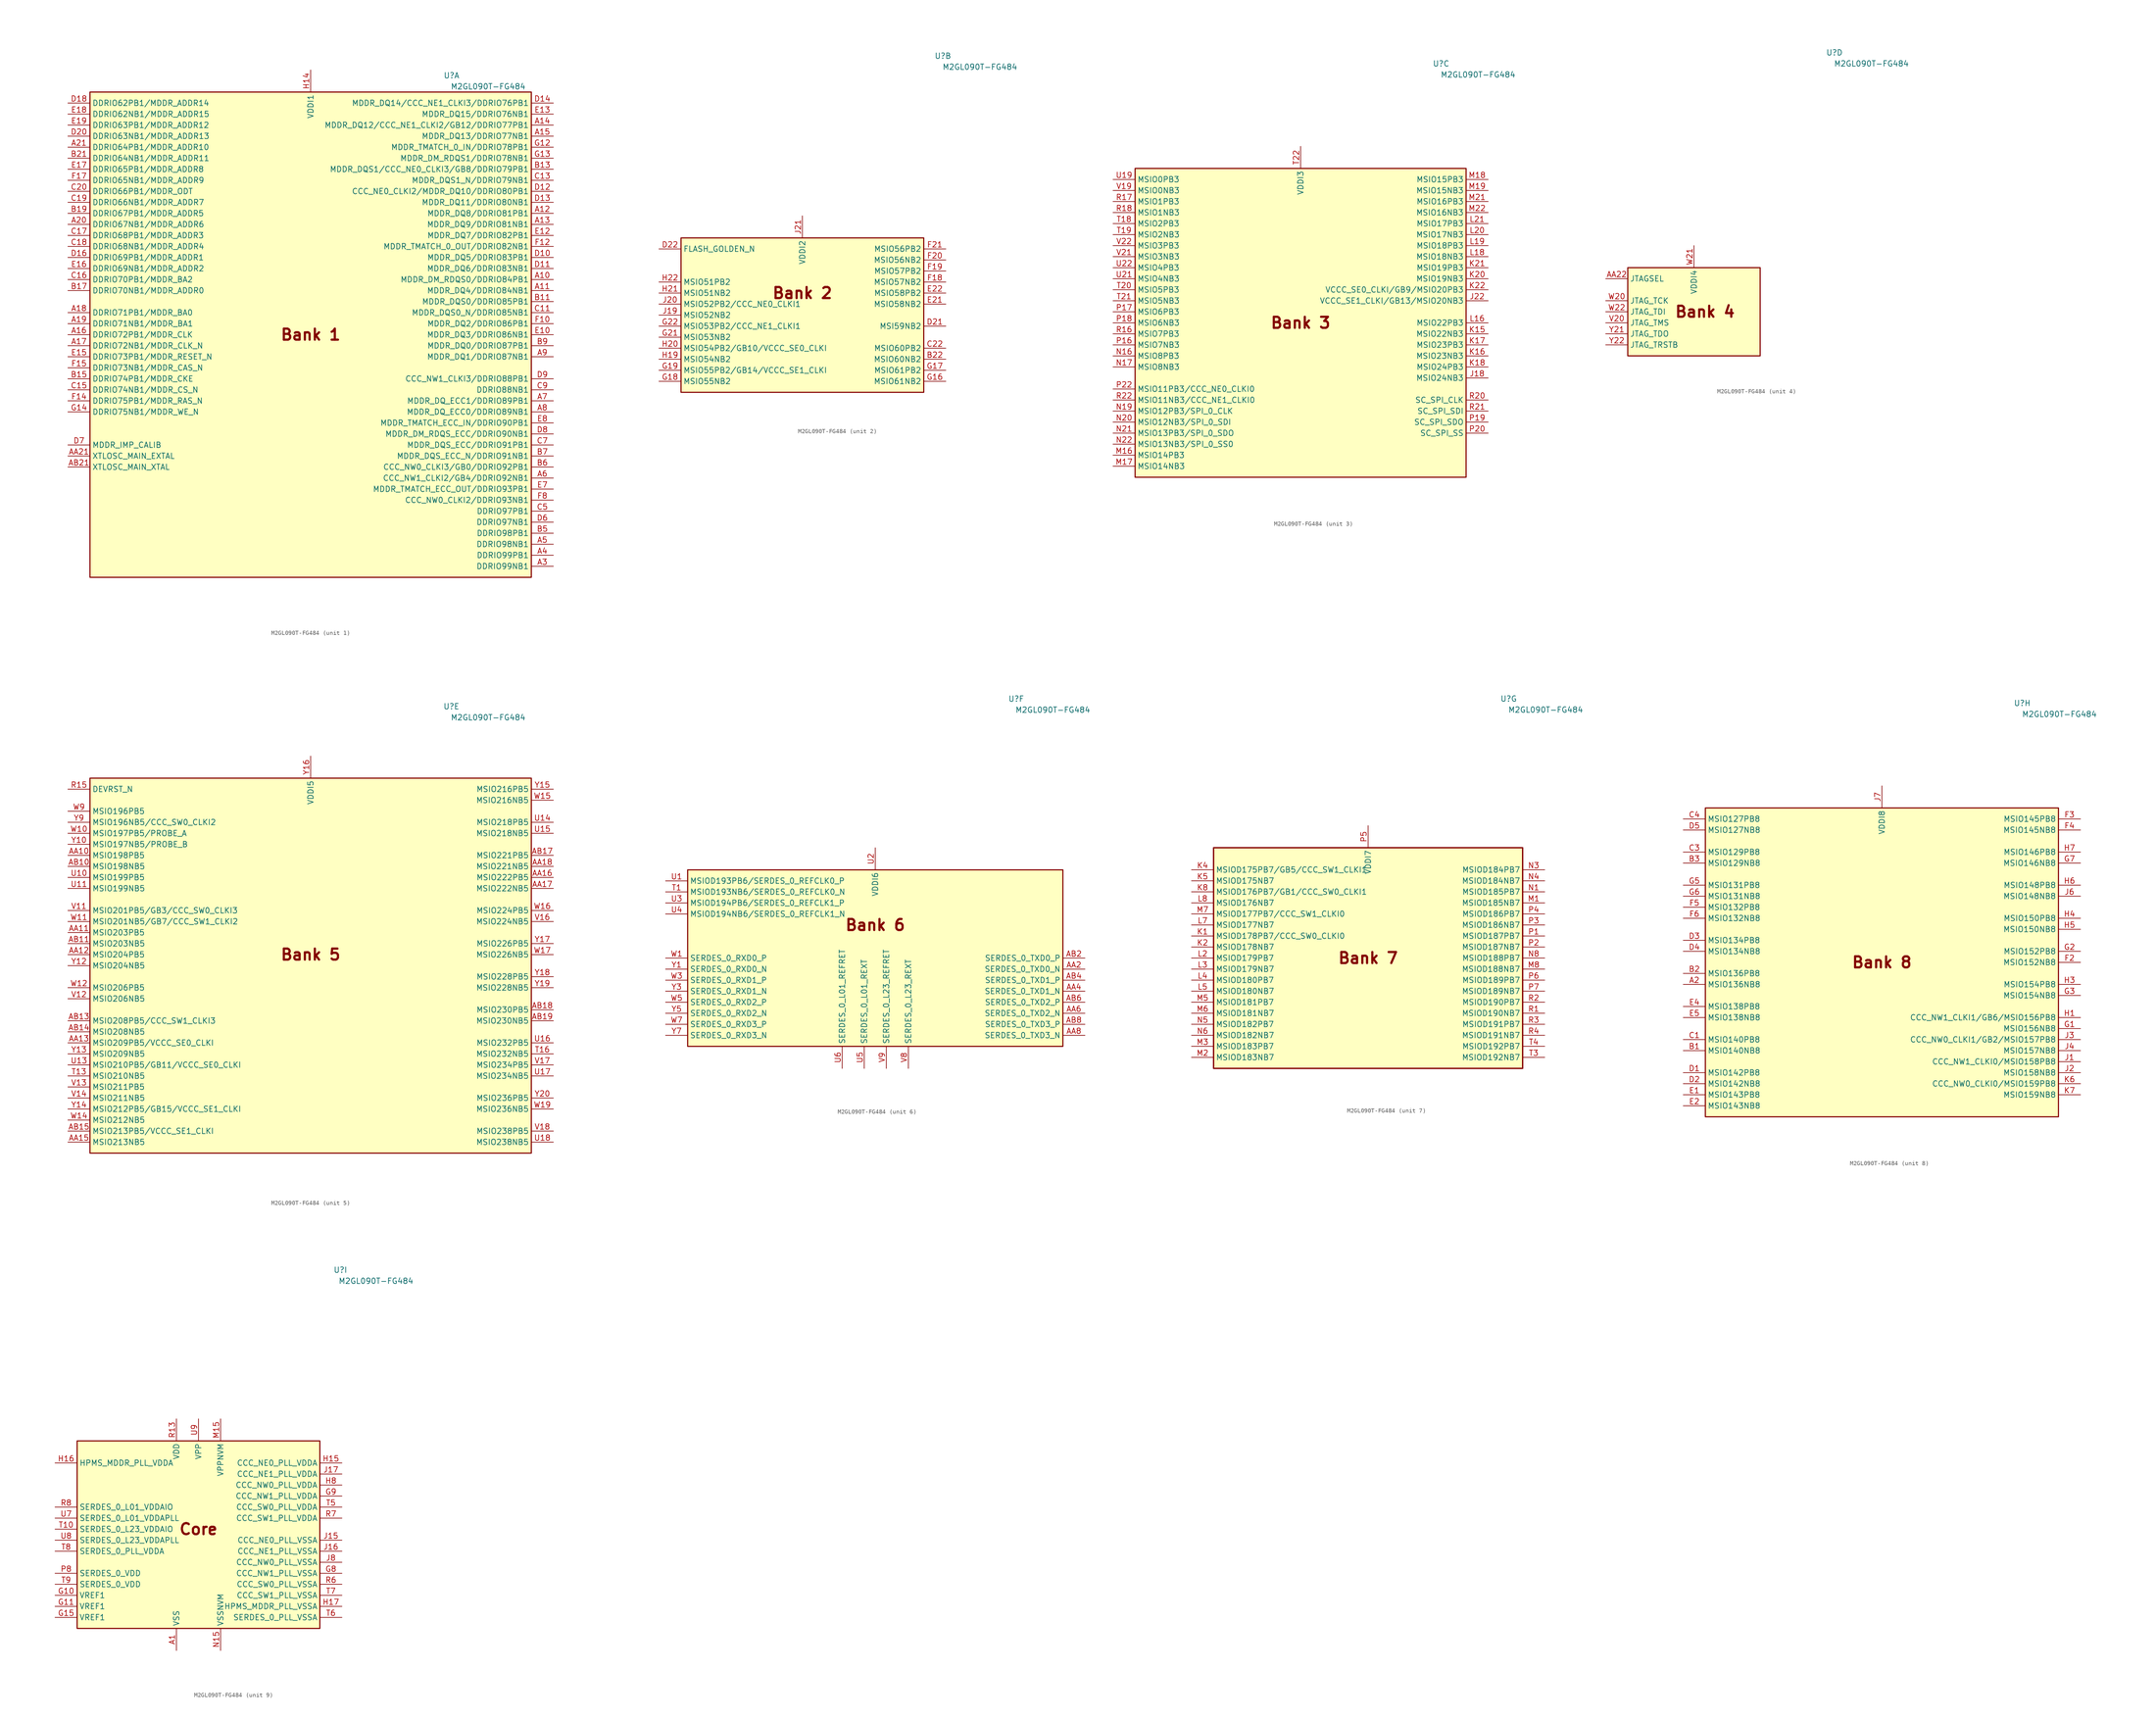
<source format=kicad_sym>
(kicad_symbol_lib
  (version 20201005)
  (generator kicad_symbol_editor)
  (symbol "FPGA_Microsemi:M2GL090T-FG484"
    (property "Reference" "U"
      (at 34.29 59.69 0)
      (effects (font (size 1.27 1.27)) (justify right)))
    (property "Value" "M2GL090T-FG484"
      (at 49.53 57.15 0)
      (effects (font (size 1.27 1.27)) (justify right)))
    (property "ki_locked" ""
      (at 0 0 0)
      (effects (font (size 1.27 1.27))))
    (symbol "M2GL090T-FG484_1_1"
      (text "Bank 1" (at 0 0 0) (effects (font (size 2.54 2.54) bold)))
      (rectangle (start -50.8 55.88) (end 50.8 -55.88) (stroke (width 0.254)) (fill (type background)))
      (pin bidirectional line (at 55.88 12.7 180) (length 5.08) (name "MDDR_DM_RDQS0/DDRIO84PB1" (effects (font (size 1.27 1.27)))) (number "A10" (effects (font (size 1.27 1.27)))))
      (pin bidirectional line (at 55.88 10.16 180) (length 5.08) (name "MDDR_DQ4/DDRIO84NB1" (effects (font (size 1.27 1.27)))) (number "A11" (effects (font (size 1.27 1.27)))))
      (pin bidirectional line (at 55.88 27.94 180) (length 5.08) (name "MDDR_DQ8/DDRIO81PB1" (effects (font (size 1.27 1.27)))) (number "A12" (effects (font (size 1.27 1.27)))))
      (pin bidirectional line (at 55.88 25.4 180) (length 5.08) (name "MDDR_DQ9/DDRIO81NB1" (effects (font (size 1.27 1.27)))) (number "A13" (effects (font (size 1.27 1.27)))))
      (pin bidirectional line (at 55.88 48.26 180) (length 5.08) (name "MDDR_DQ12/CCC_NE1_CLKI2/GB12/DDRIO77PB1" (effects (font (size 1.27 1.27)))) (number "A14" (effects (font (size 1.27 1.27)))))
      (pin bidirectional line (at 55.88 45.72 180) (length 5.08) (name "MDDR_DQ13/DDRIO77NB1" (effects (font (size 1.27 1.27)))) (number "A15" (effects (font (size 1.27 1.27)))))
      (pin bidirectional line (at -55.88 0 0) (length 5.08) (name "DDRIO72PB1/MDDR_CLK" (effects (font (size 1.27 1.27)))) (number "A16" (effects (font (size 1.27 1.27)))))
      (pin bidirectional line (at -55.88 -2.54 0) (length 5.08) (name "DDRIO72NB1/MDDR_CLK_N" (effects (font (size 1.27 1.27)))) (number "A17" (effects (font (size 1.27 1.27)))))
      (pin bidirectional line (at -55.88 5.08 0) (length 5.08) (name "DDRIO71PB1/MDDR_BA0" (effects (font (size 1.27 1.27)))) (number "A18" (effects (font (size 1.27 1.27)))))
      (pin bidirectional line (at -55.88 2.54 0) (length 5.08) (name "DDRIO71NB1/MDDR_BA1" (effects (font (size 1.27 1.27)))) (number "A19" (effects (font (size 1.27 1.27)))))
      (pin bidirectional line (at -55.88 25.4 0) (length 5.08) (name "DDRIO67NB1/MDDR_ADDR6" (effects (font (size 1.27 1.27)))) (number "A20" (effects (font (size 1.27 1.27)))))
      (pin bidirectional line (at -55.88 43.18 0) (length 5.08) (name "DDRIO64PB1/MDDR_ADDR10" (effects (font (size 1.27 1.27)))) (number "A21" (effects (font (size 1.27 1.27)))))
      (pin bidirectional line (at 55.88 -53.34 180) (length 5.08) (name "DDRIO99NB1" (effects (font (size 1.27 1.27)))) (number "A3" (effects (font (size 1.27 1.27)))))
      (pin bidirectional line (at 55.88 -50.8 180) (length 5.08) (name "DDRIO99PB1" (effects (font (size 1.27 1.27)))) (number "A4" (effects (font (size 1.27 1.27)))))
      (pin bidirectional line (at 55.88 -48.26 180) (length 5.08) (name "DDRIO98NB1" (effects (font (size 1.27 1.27)))) (number "A5" (effects (font (size 1.27 1.27)))))
      (pin bidirectional line (at 55.88 -33.02 180) (length 5.08) (name "CCC_NW1_CLKI2/GB4/DDRIO92NB1" (effects (font (size 1.27 1.27)))) (number "A6" (effects (font (size 1.27 1.27)))))
      (pin bidirectional line (at 55.88 -15.24 180) (length 5.08) (name "MDDR_DQ_ECC1/DDRIO89PB1" (effects (font (size 1.27 1.27)))) (number "A7" (effects (font (size 1.27 1.27)))))
      (pin bidirectional line (at 55.88 -17.78 180) (length 5.08) (name "MDDR_DQ_ECC0/DDRIO89NB1" (effects (font (size 1.27 1.27)))) (number "A8" (effects (font (size 1.27 1.27)))))
      (pin bidirectional line (at 55.88 -5.08 180) (length 5.08) (name "MDDR_DQ1/DDRIO87NB1" (effects (font (size 1.27 1.27)))) (number "A9" (effects (font (size 1.27 1.27)))))
      (pin input line (at -55.88 -27.94 0) (length 5.08) (name "XTLOSC_MAIN_EXTAL" (effects (font (size 1.27 1.27)))) (number "AA21" (effects (font (size 1.27 1.27)))))
      (pin input line (at -55.88 -30.48 0) (length 5.08) (name "XTLOSC_MAIN_XTAL" (effects (font (size 1.27 1.27)))) (number "AB21" (effects (font (size 1.27 1.27)))))
      (pin bidirectional line (at 55.88 7.62 180) (length 5.08) (name "MDDR_DQS0/DDRIO85PB1" (effects (font (size 1.27 1.27)))) (number "B11" (effects (font (size 1.27 1.27)))))
      (pin passive line (at 0 60.96 270) (length 5.08) hide (name "VDDI1" (effects (font (size 1.27 1.27)))) (number "B12" (effects (font (size 1.27 1.27)))))
      (pin bidirectional line (at 55.88 38.1 180) (length 5.08) (name "MDDR_DQS1/CCC_NE0_CLKI3/GB8/DDRIO79PB1" (effects (font (size 1.27 1.27)))) (number "B13" (effects (font (size 1.27 1.27)))))
      (pin bidirectional line (at -55.88 -10.16 0) (length 5.08) (name "DDRIO74PB1/MDDR_CKE" (effects (font (size 1.27 1.27)))) (number "B15" (effects (font (size 1.27 1.27)))))
      (pin passive line (at 0 60.96 270) (length 5.08) hide (name "VDDI1" (effects (font (size 1.27 1.27)))) (number "B16" (effects (font (size 1.27 1.27)))))
      (pin bidirectional line (at -55.88 10.16 0) (length 5.08) (name "DDRIO70NB1/MDDR_ADDR0" (effects (font (size 1.27 1.27)))) (number "B17" (effects (font (size 1.27 1.27)))))
      (pin bidirectional line (at -55.88 27.94 0) (length 5.08) (name "DDRIO67PB1/MDDR_ADDR5" (effects (font (size 1.27 1.27)))) (number "B19" (effects (font (size 1.27 1.27)))))
      (pin passive line (at 0 60.96 270) (length 5.08) hide (name "VDDI1" (effects (font (size 1.27 1.27)))) (number "B20" (effects (font (size 1.27 1.27)))))
      (pin bidirectional line (at -55.88 40.64 0) (length 5.08) (name "DDRIO64NB1/MDDR_ADDR11" (effects (font (size 1.27 1.27)))) (number "B21" (effects (font (size 1.27 1.27)))))
      (pin bidirectional line (at 55.88 -45.72 180) (length 5.08) (name "DDRIO98PB1" (effects (font (size 1.27 1.27)))) (number "B5" (effects (font (size 1.27 1.27)))))
      (pin bidirectional line (at 55.88 -30.48 180) (length 5.08) (name "CCC_NW0_CLKI3/GB0/DDRIO92PB1" (effects (font (size 1.27 1.27)))) (number "B6" (effects (font (size 1.27 1.27)))))
      (pin bidirectional line (at 55.88 -27.94 180) (length 5.08) (name "MDDR_DQS_ECC_N/DDRIO91NB1" (effects (font (size 1.27 1.27)))) (number "B7" (effects (font (size 1.27 1.27)))))
      (pin passive line (at 0 60.96 270) (length 5.08) hide (name "VDDI1" (effects (font (size 1.27 1.27)))) (number "B8" (effects (font (size 1.27 1.27)))))
      (pin bidirectional line (at 55.88 -2.54 180) (length 5.08) (name "MDDR_DQ0/DDRIO87PB1" (effects (font (size 1.27 1.27)))) (number "B9" (effects (font (size 1.27 1.27)))))
      (pin passive line (at 0 60.96 270) (length 5.08) hide (name "VDDI1" (effects (font (size 1.27 1.27)))) (number "C10" (effects (font (size 1.27 1.27)))))
      (pin bidirectional line (at 55.88 5.08 180) (length 5.08) (name "MDDR_DQS0_N/DDRIO85NB1" (effects (font (size 1.27 1.27)))) (number "C11" (effects (font (size 1.27 1.27)))))
      (pin bidirectional line (at 55.88 35.56 180) (length 5.08) (name "MDDR_DQS1_N/DDRIO79NB1" (effects (font (size 1.27 1.27)))) (number "C13" (effects (font (size 1.27 1.27)))))
      (pin passive line (at 0 60.96 270) (length 5.08) hide (name "VDDI1" (effects (font (size 1.27 1.27)))) (number "C14" (effects (font (size 1.27 1.27)))))
      (pin bidirectional line (at -55.88 -12.7 0) (length 5.08) (name "DDRIO74NB1/MDDR_CS_N" (effects (font (size 1.27 1.27)))) (number "C15" (effects (font (size 1.27 1.27)))))
      (pin bidirectional line (at -55.88 12.7 0) (length 5.08) (name "DDRIO70PB1/MDDR_BA2" (effects (font (size 1.27 1.27)))) (number "C16" (effects (font (size 1.27 1.27)))))
      (pin bidirectional line (at -55.88 22.86 0) (length 5.08) (name "DDRIO68PB1/MDDR_ADDR3" (effects (font (size 1.27 1.27)))) (number "C17" (effects (font (size 1.27 1.27)))))
      (pin bidirectional line (at -55.88 20.32 0) (length 5.08) (name "DDRIO68NB1/MDDR_ADDR4" (effects (font (size 1.27 1.27)))) (number "C18" (effects (font (size 1.27 1.27)))))
      (pin bidirectional line (at -55.88 30.48 0) (length 5.08) (name "DDRIO66NB1/MDDR_ADDR7" (effects (font (size 1.27 1.27)))) (number "C19" (effects (font (size 1.27 1.27)))))
      (pin bidirectional line (at -55.88 33.02 0) (length 5.08) (name "DDRIO66PB1/MDDR_ODT" (effects (font (size 1.27 1.27)))) (number "C20" (effects (font (size 1.27 1.27)))))
      (pin bidirectional line (at 55.88 -40.64 180) (length 5.08) (name "DDRIO97PB1" (effects (font (size 1.27 1.27)))) (number "C5" (effects (font (size 1.27 1.27)))))
      (pin passive line (at 0 60.96 270) (length 5.08) hide (name "VDDI1" (effects (font (size 1.27 1.27)))) (number "C6" (effects (font (size 1.27 1.27)))))
      (pin bidirectional line (at 55.88 -25.4 180) (length 5.08) (name "MDDR_DQS_ECC/DDRIO91PB1" (effects (font (size 1.27 1.27)))) (number "C7" (effects (font (size 1.27 1.27)))))
      (pin bidirectional line (at 55.88 -12.7 180) (length 5.08) (name "DDRIO88NB1" (effects (font (size 1.27 1.27)))) (number "C9" (effects (font (size 1.27 1.27)))))
      (pin bidirectional line (at 55.88 17.78 180) (length 5.08) (name "MDDR_DQ5/DDRIO83PB1" (effects (font (size 1.27 1.27)))) (number "D10" (effects (font (size 1.27 1.27)))))
      (pin bidirectional line (at 55.88 15.24 180) (length 5.08) (name "MDDR_DQ6/DDRIO83NB1" (effects (font (size 1.27 1.27)))) (number "D11" (effects (font (size 1.27 1.27)))))
      (pin bidirectional line (at 55.88 33.02 180) (length 5.08) (name "CCC_NE0_CLKI2/MDDR_DQ10/DDRIO80PB1" (effects (font (size 1.27 1.27)))) (number "D12" (effects (font (size 1.27 1.27)))))
      (pin bidirectional line (at 55.88 30.48 180) (length 5.08) (name "MDDR_DQ11/DDRIO80NB1" (effects (font (size 1.27 1.27)))) (number "D13" (effects (font (size 1.27 1.27)))))
      (pin bidirectional line (at 55.88 53.34 180) (length 5.08) (name "MDDR_DQ14/CCC_NE1_CLKI3/DDRIO76PB1" (effects (font (size 1.27 1.27)))) (number "D14" (effects (font (size 1.27 1.27)))))
      (pin bidirectional line (at -55.88 17.78 0) (length 5.08) (name "DDRIO69PB1/MDDR_ADDR1" (effects (font (size 1.27 1.27)))) (number "D16" (effects (font (size 1.27 1.27)))))
      (pin passive line (at 0 60.96 270) (length 5.08) hide (name "VDDI1" (effects (font (size 1.27 1.27)))) (number "D17" (effects (font (size 1.27 1.27)))))
      (pin bidirectional line (at -55.88 53.34 0) (length 5.08) (name "DDRIO62PB1/MDDR_ADDR14" (effects (font (size 1.27 1.27)))) (number "D18" (effects (font (size 1.27 1.27)))))
      (pin bidirectional line (at -55.88 45.72 0) (length 5.08) (name "DDRIO63NB1/MDDR_ADDR13" (effects (font (size 1.27 1.27)))) (number "D20" (effects (font (size 1.27 1.27)))))
      (pin bidirectional line (at 55.88 -43.18 180) (length 5.08) (name "DDRIO97NB1" (effects (font (size 1.27 1.27)))) (number "D6" (effects (font (size 1.27 1.27)))))
      (pin input line (at -55.88 -25.4 0) (length 5.08) (name "MDDR_IMP_CALIB" (effects (font (size 1.27 1.27)))) (number "D7" (effects (font (size 1.27 1.27)))))
      (pin bidirectional line (at 55.88 -22.86 180) (length 5.08) (name "MDDR_DM_RDQS_ECC/DDRIO90NB1" (effects (font (size 1.27 1.27)))) (number "D8" (effects (font (size 1.27 1.27)))))
      (pin bidirectional line (at 55.88 -10.16 180) (length 5.08) (name "CCC_NW1_CLKI3/DDRIO88PB1" (effects (font (size 1.27 1.27)))) (number "D9" (effects (font (size 1.27 1.27)))))
      (pin bidirectional line (at 55.88 0 180) (length 5.08) (name "MDDR_DQ3/DDRIO86NB1" (effects (font (size 1.27 1.27)))) (number "E10" (effects (font (size 1.27 1.27)))))
      (pin passive line (at 0 60.96 270) (length 5.08) hide (name "VDDI1" (effects (font (size 1.27 1.27)))) (number "E11" (effects (font (size 1.27 1.27)))))
      (pin bidirectional line (at 55.88 22.86 180) (length 5.08) (name "MDDR_DQ7/DDRIO82PB1" (effects (font (size 1.27 1.27)))) (number "E12" (effects (font (size 1.27 1.27)))))
      (pin bidirectional line (at 55.88 50.8 180) (length 5.08) (name "MDDR_DQ15/DDRIO76NB1" (effects (font (size 1.27 1.27)))) (number "E13" (effects (font (size 1.27 1.27)))))
      (pin bidirectional line (at -55.88 -5.08 0) (length 5.08) (name "DDRIO73PB1/MDDR_RESET_N" (effects (font (size 1.27 1.27)))) (number "E15" (effects (font (size 1.27 1.27)))))
      (pin bidirectional line (at -55.88 15.24 0) (length 5.08) (name "DDRIO69NB1/MDDR_ADDR2" (effects (font (size 1.27 1.27)))) (number "E16" (effects (font (size 1.27 1.27)))))
      (pin bidirectional line (at -55.88 38.1 0) (length 5.08) (name "DDRIO65PB1/MDDR_ADDR8" (effects (font (size 1.27 1.27)))) (number "E17" (effects (font (size 1.27 1.27)))))
      (pin bidirectional line (at -55.88 50.8 0) (length 5.08) (name "DDRIO62NB1/MDDR_ADDR15" (effects (font (size 1.27 1.27)))) (number "E18" (effects (font (size 1.27 1.27)))))
      (pin bidirectional line (at -55.88 48.26 0) (length 5.08) (name "DDRIO63PB1/MDDR_ADDR12" (effects (font (size 1.27 1.27)))) (number "E19" (effects (font (size 1.27 1.27)))))
      (pin bidirectional line (at 55.88 -35.56 180) (length 5.08) (name "MDDR_TMATCH_ECC_OUT/DDRIO93PB1" (effects (font (size 1.27 1.27)))) (number "E7" (effects (font (size 1.27 1.27)))))
      (pin output line (at 55.88 -20.32 180) (length 5.08) (name "MDDR_TMATCH_ECC_IN/DDRIO90PB1" (effects (font (size 1.27 1.27)))) (number "E8" (effects (font (size 1.27 1.27)))))
      (pin bidirectional line (at 55.88 2.54 180) (length 5.08) (name "MDDR_DQ2/DDRIO86PB1" (effects (font (size 1.27 1.27)))) (number "F10" (effects (font (size 1.27 1.27)))))
      (pin bidirectional line (at 55.88 20.32 180) (length 5.08) (name "MDDR_TMATCH_0_OUT/DDRIO82NB1" (effects (font (size 1.27 1.27)))) (number "F12" (effects (font (size 1.27 1.27)))))
      (pin passive line (at 0 60.96 270) (length 5.08) hide (name "VDDI1" (effects (font (size 1.27 1.27)))) (number "F13" (effects (font (size 1.27 1.27)))))
      (pin bidirectional line (at -55.88 -15.24 0) (length 5.08) (name "DDRIO75PB1/MDDR_RAS_N" (effects (font (size 1.27 1.27)))) (number "F14" (effects (font (size 1.27 1.27)))))
      (pin bidirectional line (at -55.88 -7.62 0) (length 5.08) (name "DDRIO73NB1/MDDR_CAS_N" (effects (font (size 1.27 1.27)))) (number "F15" (effects (font (size 1.27 1.27)))))
      (pin bidirectional line (at -55.88 35.56 0) (length 5.08) (name "DDRIO65NB1/MDDR_ADDR9" (effects (font (size 1.27 1.27)))) (number "F17" (effects (font (size 1.27 1.27)))))
      (pin passive line (at 0 60.96 270) (length 5.08) hide (name "VDDI1" (effects (font (size 1.27 1.27)))) (number "F7" (effects (font (size 1.27 1.27)))))
      (pin bidirectional line (at 55.88 -38.1 180) (length 5.08) (name "CCC_NW0_CLKI2/DDRIO93NB1" (effects (font (size 1.27 1.27)))) (number "F8" (effects (font (size 1.27 1.27)))))
      (pin passive line (at 0 60.96 270) (length 5.08) hide (name "VDDI1" (effects (font (size 1.27 1.27)))) (number "F9" (effects (font (size 1.27 1.27)))))
      (pin bidirectional line (at 55.88 43.18 180) (length 5.08) (name "MDDR_TMATCH_0_IN/DDRIO78PB1" (effects (font (size 1.27 1.27)))) (number "G12" (effects (font (size 1.27 1.27)))))
      (pin bidirectional line (at 55.88 40.64 180) (length 5.08) (name "MDDR_DM_RDQS1/DDRIO78NB1" (effects (font (size 1.27 1.27)))) (number "G13" (effects (font (size 1.27 1.27)))))
      (pin bidirectional line (at -55.88 -17.78 0) (length 5.08) (name "DDRIO75NB1/MDDR_WE_N" (effects (font (size 1.27 1.27)))) (number "G14" (effects (font (size 1.27 1.27)))))
      (pin passive line (at 0 60.96 270) (length 5.08) hide (name "VDDI1" (effects (font (size 1.27 1.27)))) (number "H12" (effects (font (size 1.27 1.27)))))
      (pin power_in line (at 0 60.96 270) (length 5.08) (name "VDDI1" (effects (font (size 1.27 1.27)))) (number "H14" (effects (font (size 1.27 1.27))))))
    (symbol "M2GL090T-FG484_2_1"
      (text "Bank 2" (at 0 5.08 0) (effects (font (size 2.54 2.54) bold)))
      (rectangle (start -27.94 17.78) (end 27.94 -17.78) (stroke (width 0.254)) (fill (type background)))
      (pin bidirectional line (at 33.02 -10.16 180) (length 5.08) (name "MSIO60NB2" (effects (font (size 1.27 1.27)))) (number "B22" (effects (font (size 1.27 1.27)))))
      (pin bidirectional line (at 33.02 -7.62 180) (length 5.08) (name "MSIO60PB2" (effects (font (size 1.27 1.27)))) (number "C22" (effects (font (size 1.27 1.27)))))
      (pin input line (at 33.02 -2.54 180) (length 5.08) (name "MSI59NB2" (effects (font (size 1.27 1.27)))) (number "D21" (effects (font (size 1.27 1.27)))))
      (pin input line (at -33.02 15.24 0) (length 5.08) (name "FLASH_GOLDEN_N" (effects (font (size 1.27 1.27)))) (number "D22" (effects (font (size 1.27 1.27)))))
      (pin passive line (at 0 22.86 270) (length 5.08) hide (name "VDDI2" (effects (font (size 1.27 1.27)))) (number "E20" (effects (font (size 1.27 1.27)))))
      (pin bidirectional line (at 33.02 2.54 180) (length 5.08) (name "MSIO58NB2" (effects (font (size 1.27 1.27)))) (number "E21" (effects (font (size 1.27 1.27)))))
      (pin bidirectional line (at 33.02 5.08 180) (length 5.08) (name "MSIO58PB2" (effects (font (size 1.27 1.27)))) (number "E22" (effects (font (size 1.27 1.27)))))
      (pin bidirectional line (at 33.02 7.62 180) (length 5.08) (name "MSIO57NB2" (effects (font (size 1.27 1.27)))) (number "F18" (effects (font (size 1.27 1.27)))))
      (pin bidirectional line (at 33.02 10.16 180) (length 5.08) (name "MSIO57PB2" (effects (font (size 1.27 1.27)))) (number "F19" (effects (font (size 1.27 1.27)))))
      (pin bidirectional line (at 33.02 12.7 180) (length 5.08) (name "MSIO56NB2" (effects (font (size 1.27 1.27)))) (number "F20" (effects (font (size 1.27 1.27)))))
      (pin bidirectional line (at 33.02 15.24 180) (length 5.08) (name "MSIO56PB2" (effects (font (size 1.27 1.27)))) (number "F21" (effects (font (size 1.27 1.27)))))
      (pin passive line (at 0 22.86 270) (length 5.08) hide (name "VDDI2" (effects (font (size 1.27 1.27)))) (number "F22" (effects (font (size 1.27 1.27)))))
      (pin bidirectional line (at 33.02 -15.24 180) (length 5.08) (name "MSIO61NB2" (effects (font (size 1.27 1.27)))) (number "G16" (effects (font (size 1.27 1.27)))))
      (pin bidirectional line (at 33.02 -12.7 180) (length 5.08) (name "MSIO61PB2" (effects (font (size 1.27 1.27)))) (number "G17" (effects (font (size 1.27 1.27)))))
      (pin bidirectional line (at -33.02 -15.24 0) (length 5.08) (name "MSIO55NB2" (effects (font (size 1.27 1.27)))) (number "G18" (effects (font (size 1.27 1.27)))))
      (pin bidirectional line (at -33.02 -12.7 0) (length 5.08) (name "MSIO55PB2/GB14/VCCC_SE1_CLKI" (effects (font (size 1.27 1.27)))) (number "G19" (effects (font (size 1.27 1.27)))))
      (pin bidirectional line (at -33.02 -5.08 0) (length 5.08) (name "MSIO53NB2" (effects (font (size 1.27 1.27)))) (number "G21" (effects (font (size 1.27 1.27)))))
      (pin bidirectional line (at -33.02 -2.54 0) (length 5.08) (name "MSIO53PB2/CCC_NE1_CLKI1" (effects (font (size 1.27 1.27)))) (number "G22" (effects (font (size 1.27 1.27)))))
      (pin passive line (at 0 22.86 270) (length 5.08) hide (name "VDDI2" (effects (font (size 1.27 1.27)))) (number "H18" (effects (font (size 1.27 1.27)))))
      (pin bidirectional line (at -33.02 -10.16 0) (length 5.08) (name "MSIO54NB2" (effects (font (size 1.27 1.27)))) (number "H19" (effects (font (size 1.27 1.27)))))
      (pin bidirectional line (at -33.02 -7.62 0) (length 5.08) (name "MSIO54PB2/GB10/VCCC_SE0_CLKI" (effects (font (size 1.27 1.27)))) (number "H20" (effects (font (size 1.27 1.27)))))
      (pin bidirectional line (at -33.02 5.08 0) (length 5.08) (name "MSIO51NB2" (effects (font (size 1.27 1.27)))) (number "H21" (effects (font (size 1.27 1.27)))))
      (pin bidirectional line (at -33.02 7.62 0) (length 5.08) (name "MSIO51PB2" (effects (font (size 1.27 1.27)))) (number "H22" (effects (font (size 1.27 1.27)))))
      (pin bidirectional line (at -33.02 0 0) (length 5.08) (name "MSIO52NB2" (effects (font (size 1.27 1.27)))) (number "J19" (effects (font (size 1.27 1.27)))))
      (pin bidirectional line (at -33.02 2.54 0) (length 5.08) (name "MSIO52PB2/CCC_NE0_CLKI1" (effects (font (size 1.27 1.27)))) (number "J20" (effects (font (size 1.27 1.27)))))
      (pin power_in line (at 0 22.86 270) (length 5.08) (name "VDDI2" (effects (font (size 1.27 1.27)))) (number "J21" (effects (font (size 1.27 1.27))))))
    (symbol "M2GL090T-FG484_3_1"
      (text "Bank 3" (at 0 0 0) (effects (font (size 2.54 2.54) bold)))
      (rectangle (start -38.1 35.56) (end 38.1 -35.56) (stroke (width 0.254)) (fill (type background)))
      (pin bidirectional line (at 43.18 -12.7 180) (length 5.08) (name "MSIO24NB3" (effects (font (size 1.27 1.27)))) (number "J18" (effects (font (size 1.27 1.27)))))
      (pin bidirectional line (at 43.18 5.08 180) (length 5.08) (name "VCCC_SE1_CLKI/GB13/MSIO20NB3" (effects (font (size 1.27 1.27)))) (number "J22" (effects (font (size 1.27 1.27)))))
      (pin bidirectional line (at 43.18 -2.54 180) (length 5.08) (name "MSIO22NB3" (effects (font (size 1.27 1.27)))) (number "K15" (effects (font (size 1.27 1.27)))))
      (pin bidirectional line (at 43.18 -7.62 180) (length 5.08) (name "MSIO23NB3" (effects (font (size 1.27 1.27)))) (number "K16" (effects (font (size 1.27 1.27)))))
      (pin bidirectional line (at 43.18 -5.08 180) (length 5.08) (name "MSIO23PB3" (effects (font (size 1.27 1.27)))) (number "K17" (effects (font (size 1.27 1.27)))))
      (pin bidirectional line (at 43.18 -10.16 180) (length 5.08) (name "MSIO24PB3" (effects (font (size 1.27 1.27)))) (number "K18" (effects (font (size 1.27 1.27)))))
      (pin bidirectional line (at 43.18 10.16 180) (length 5.08) (name "MSIO19NB3" (effects (font (size 1.27 1.27)))) (number "K20" (effects (font (size 1.27 1.27)))))
      (pin bidirectional line (at 43.18 12.7 180) (length 5.08) (name "MSIO19PB3" (effects (font (size 1.27 1.27)))) (number "K21" (effects (font (size 1.27 1.27)))))
      (pin bidirectional line (at 43.18 7.62 180) (length 5.08) (name "VCCC_SE0_CLKI/GB9/MSIO20PB3" (effects (font (size 1.27 1.27)))) (number "K22" (effects (font (size 1.27 1.27)))))
      (pin bidirectional line (at 43.18 0 180) (length 5.08) (name "MSIO22PB3" (effects (font (size 1.27 1.27)))) (number "L16" (effects (font (size 1.27 1.27)))))
      (pin passive line (at 0 40.64 270) (length 5.08) hide (name "VDDI3" (effects (font (size 1.27 1.27)))) (number "L17" (effects (font (size 1.27 1.27)))))
      (pin bidirectional line (at 43.18 15.24 180) (length 5.08) (name "MSIO18NB3" (effects (font (size 1.27 1.27)))) (number "L18" (effects (font (size 1.27 1.27)))))
      (pin bidirectional line (at 43.18 17.78 180) (length 5.08) (name "MSIO18PB3" (effects (font (size 1.27 1.27)))) (number "L19" (effects (font (size 1.27 1.27)))))
      (pin bidirectional line (at 43.18 20.32 180) (length 5.08) (name "MSIO17NB3" (effects (font (size 1.27 1.27)))) (number "L20" (effects (font (size 1.27 1.27)))))
      (pin bidirectional line (at 43.18 22.86 180) (length 5.08) (name "MSIO17PB3" (effects (font (size 1.27 1.27)))) (number "L21" (effects (font (size 1.27 1.27)))))
      (pin bidirectional line (at -43.18 -30.48 0) (length 5.08) (name "MSIO14PB3" (effects (font (size 1.27 1.27)))) (number "M16" (effects (font (size 1.27 1.27)))))
      (pin bidirectional line (at -43.18 -33.02 0) (length 5.08) (name "MSIO14NB3" (effects (font (size 1.27 1.27)))) (number "M17" (effects (font (size 1.27 1.27)))))
      (pin bidirectional line (at 43.18 33.02 180) (length 5.08) (name "MSIO15PB3" (effects (font (size 1.27 1.27)))) (number "M18" (effects (font (size 1.27 1.27)))))
      (pin bidirectional line (at 43.18 30.48 180) (length 5.08) (name "MSIO15NB3" (effects (font (size 1.27 1.27)))) (number "M19" (effects (font (size 1.27 1.27)))))
      (pin passive line (at 0 40.64 270) (length 5.08) hide (name "VDDI3" (effects (font (size 1.27 1.27)))) (number "M20" (effects (font (size 1.27 1.27)))))
      (pin bidirectional line (at 43.18 27.94 180) (length 5.08) (name "MSIO16PB3" (effects (font (size 1.27 1.27)))) (number "M21" (effects (font (size 1.27 1.27)))))
      (pin bidirectional line (at 43.18 25.4 180) (length 5.08) (name "MSIO16NB3" (effects (font (size 1.27 1.27)))) (number "M22" (effects (font (size 1.27 1.27)))))
      (pin bidirectional line (at -43.18 -7.62 0) (length 5.08) (name "MSIO8PB3" (effects (font (size 1.27 1.27)))) (number "N16" (effects (font (size 1.27 1.27)))))
      (pin bidirectional line (at -43.18 -10.16 0) (length 5.08) (name "MSIO8NB3" (effects (font (size 1.27 1.27)))) (number "N17" (effects (font (size 1.27 1.27)))))
      (pin bidirectional line (at -43.18 -20.32 0) (length 5.08) (name "MSIO12PB3/SPI_0_CLK" (effects (font (size 1.27 1.27)))) (number "N19" (effects (font (size 1.27 1.27)))))
      (pin bidirectional line (at -43.18 -22.86 0) (length 5.08) (name "MSIO12NB3/SPI_0_SDI" (effects (font (size 1.27 1.27)))) (number "N20" (effects (font (size 1.27 1.27)))))
      (pin bidirectional line (at -43.18 -25.4 0) (length 5.08) (name "MSIO13PB3/SPI_0_SDO" (effects (font (size 1.27 1.27)))) (number "N21" (effects (font (size 1.27 1.27)))))
      (pin bidirectional line (at -43.18 -27.94 0) (length 5.08) (name "MSIO13NB3/SPI_0_SS0" (effects (font (size 1.27 1.27)))) (number "N22" (effects (font (size 1.27 1.27)))))
      (pin bidirectional line (at -43.18 -5.08 0) (length 5.08) (name "MSIO7NB3" (effects (font (size 1.27 1.27)))) (number "P16" (effects (font (size 1.27 1.27)))))
      (pin bidirectional line (at -43.18 2.54 0) (length 5.08) (name "MSIO6PB3" (effects (font (size 1.27 1.27)))) (number "P17" (effects (font (size 1.27 1.27)))))
      (pin bidirectional line (at -43.18 0 0) (length 5.08) (name "MSIO6NB3" (effects (font (size 1.27 1.27)))) (number "P18" (effects (font (size 1.27 1.27)))))
      (pin output line (at 43.18 -22.86 180) (length 5.08) (name "SC_SPI_SDO" (effects (font (size 1.27 1.27)))) (number "P19" (effects (font (size 1.27 1.27)))))
      (pin output line (at 43.18 -25.4 180) (length 5.08) (name "SC_SPI_SS" (effects (font (size 1.27 1.27)))) (number "P20" (effects (font (size 1.27 1.27)))))
      (pin bidirectional line (at -43.18 -15.24 0) (length 5.08) (name "MSIO11PB3/CCC_NE0_CLKI0" (effects (font (size 1.27 1.27)))) (number "P22" (effects (font (size 1.27 1.27)))))
      (pin bidirectional line (at -43.18 -2.54 0) (length 5.08) (name "MSIO7PB3" (effects (font (size 1.27 1.27)))) (number "R16" (effects (font (size 1.27 1.27)))))
      (pin bidirectional line (at -43.18 27.94 0) (length 5.08) (name "MSIO1PB3" (effects (font (size 1.27 1.27)))) (number "R17" (effects (font (size 1.27 1.27)))))
      (pin bidirectional line (at -43.18 25.4 0) (length 5.08) (name "MSIO1NB3" (effects (font (size 1.27 1.27)))) (number "R18" (effects (font (size 1.27 1.27)))))
      (pin passive line (at 0 40.64 270) (length 5.08) hide (name "VDDI3" (effects (font (size 1.27 1.27)))) (number "R19" (effects (font (size 1.27 1.27)))))
      (pin output line (at 43.18 -17.78 180) (length 5.08) (name "SC_SPI_CLK" (effects (font (size 1.27 1.27)))) (number "R20" (effects (font (size 1.27 1.27)))))
      (pin input line (at 43.18 -20.32 180) (length 5.08) (name "SC_SPI_SDI" (effects (font (size 1.27 1.27)))) (number "R21" (effects (font (size 1.27 1.27)))))
      (pin bidirectional line (at -43.18 -17.78 0) (length 5.08) (name "MSIO11NB3/CCC_NE1_CLKI0" (effects (font (size 1.27 1.27)))) (number "R22" (effects (font (size 1.27 1.27)))))
      (pin bidirectional line (at -43.18 22.86 0) (length 5.08) (name "MSIO2PB3" (effects (font (size 1.27 1.27)))) (number "T18" (effects (font (size 1.27 1.27)))))
      (pin bidirectional line (at -43.18 20.32 0) (length 5.08) (name "MSIO2NB3" (effects (font (size 1.27 1.27)))) (number "T19" (effects (font (size 1.27 1.27)))))
      (pin bidirectional line (at -43.18 7.62 0) (length 5.08) (name "MSIO5PB3" (effects (font (size 1.27 1.27)))) (number "T20" (effects (font (size 1.27 1.27)))))
      (pin bidirectional line (at -43.18 5.08 0) (length 5.08) (name "MSIO5NB3" (effects (font (size 1.27 1.27)))) (number "T21" (effects (font (size 1.27 1.27)))))
      (pin power_in line (at 0 40.64 270) (length 5.08) (name "VDDI3" (effects (font (size 1.27 1.27)))) (number "T22" (effects (font (size 1.27 1.27)))))
      (pin bidirectional line (at -43.18 33.02 0) (length 5.08) (name "MSIO0PB3" (effects (font (size 1.27 1.27)))) (number "U19" (effects (font (size 1.27 1.27)))))
      (pin bidirectional line (at -43.18 10.16 0) (length 5.08) (name "MSIO4NB3" (effects (font (size 1.27 1.27)))) (number "U21" (effects (font (size 1.27 1.27)))))
      (pin bidirectional line (at -43.18 12.7 0) (length 5.08) (name "MSIO4PB3" (effects (font (size 1.27 1.27)))) (number "U22" (effects (font (size 1.27 1.27)))))
      (pin bidirectional line (at -43.18 30.48 0) (length 5.08) (name "MSIO0NB3" (effects (font (size 1.27 1.27)))) (number "V19" (effects (font (size 1.27 1.27)))))
      (pin bidirectional line (at -43.18 15.24 0) (length 5.08) (name "MSIO3NB3" (effects (font (size 1.27 1.27)))) (number "V21" (effects (font (size 1.27 1.27)))))
      (pin bidirectional line (at -43.18 17.78 0) (length 5.08) (name "MSIO3PB3" (effects (font (size 1.27 1.27)))) (number "V22" (effects (font (size 1.27 1.27))))))
    (symbol "M2GL090T-FG484_4_1"
      (text "Bank 4" (at 2.54 0 0) (effects (font (size 2.54 2.54) bold)))
      (rectangle (start -15.24 10.16) (end 15.24 -10.16) (stroke (width 0.254)) (fill (type background)))
      (pin input line (at -20.32 7.62 0) (length 5.08) (name "JTAGSEL" (effects (font (size 1.27 1.27)))) (number "AA22" (effects (font (size 1.27 1.27)))))
      (pin input line (at -20.32 -2.54 0) (length 5.08) (name "JTAG_TMS" (effects (font (size 1.27 1.27)))) (number "V20" (effects (font (size 1.27 1.27)))))
      (pin input line (at -20.32 2.54 0) (length 5.08) (name "JTAG_TCK" (effects (font (size 1.27 1.27)))) (number "W20" (effects (font (size 1.27 1.27)))))
      (pin power_in line (at 0 15.24 270) (length 5.08) (name "VDDI4" (effects (font (size 1.27 1.27)))) (number "W21" (effects (font (size 1.27 1.27)))))
      (pin input line (at -20.32 0 0) (length 5.08) (name "JTAG_TDI" (effects (font (size 1.27 1.27)))) (number "W22" (effects (font (size 1.27 1.27)))))
      (pin output line (at -20.32 -5.08 0) (length 5.08) (name "JTAG_TDO" (effects (font (size 1.27 1.27)))) (number "Y21" (effects (font (size 1.27 1.27)))))
      (pin input line (at -20.32 -7.62 0) (length 5.08) (name "JTAG_TRSTB" (effects (font (size 1.27 1.27)))) (number "Y22" (effects (font (size 1.27 1.27))))))
    (symbol "M2GL090T-FG484_5_1"
      (text "Bank 5" (at 0 2.54 0) (effects (font (size 2.54 2.54) bold)))
      (rectangle (start -50.8 43.18) (end 50.8 -43.18) (stroke (width 0.254)) (fill (type background)))
      (pin bidirectional line (at -55.88 25.4 0) (length 5.08) (name "MSIO198PB5" (effects (font (size 1.27 1.27)))) (number "AA10" (effects (font (size 1.27 1.27)))))
      (pin bidirectional line (at -55.88 7.62 0) (length 5.08) (name "MSIO203PB5" (effects (font (size 1.27 1.27)))) (number "AA11" (effects (font (size 1.27 1.27)))))
      (pin bidirectional line (at -55.88 2.54 0) (length 5.08) (name "MSIO204PB5" (effects (font (size 1.27 1.27)))) (number "AA12" (effects (font (size 1.27 1.27)))))
      (pin bidirectional line (at -55.88 -17.78 0) (length 5.08) (name "MSIO209PB5/VCCC_SE0_CLKI" (effects (font (size 1.27 1.27)))) (number "AA13" (effects (font (size 1.27 1.27)))))
      (pin bidirectional line (at -55.88 -40.64 0) (length 5.08) (name "MSIO213NB5" (effects (font (size 1.27 1.27)))) (number "AA15" (effects (font (size 1.27 1.27)))))
      (pin bidirectional line (at 55.88 20.32 180) (length 5.08) (name "MSIO222PB5" (effects (font (size 1.27 1.27)))) (number "AA16" (effects (font (size 1.27 1.27)))))
      (pin bidirectional line (at 55.88 17.78 180) (length 5.08) (name "MSIO222NB5" (effects (font (size 1.27 1.27)))) (number "AA17" (effects (font (size 1.27 1.27)))))
      (pin bidirectional line (at 55.88 22.86 180) (length 5.08) (name "MSIO221NB5" (effects (font (size 1.27 1.27)))) (number "AA18" (effects (font (size 1.27 1.27)))))
      (pin passive line (at 0 48.26 270) (length 5.08) hide (name "VDDI5" (effects (font (size 1.27 1.27)))) (number "AA19" (effects (font (size 1.27 1.27)))))
      (pin bidirectional line (at -55.88 22.86 0) (length 5.08) (name "MSIO198NB5" (effects (font (size 1.27 1.27)))) (number "AB10" (effects (font (size 1.27 1.27)))))
      (pin bidirectional line (at -55.88 5.08 0) (length 5.08) (name "MSIO203NB5" (effects (font (size 1.27 1.27)))) (number "AB11" (effects (font (size 1.27 1.27)))))
      (pin passive line (at 0 48.26 270) (length 5.08) hide (name "VDDI5" (effects (font (size 1.27 1.27)))) (number "AB12" (effects (font (size 1.27 1.27)))))
      (pin bidirectional line (at -55.88 -12.7 0) (length 5.08) (name "MSIO208PB5/CCC_SW1_CLKI3" (effects (font (size 1.27 1.27)))) (number "AB13" (effects (font (size 1.27 1.27)))))
      (pin bidirectional line (at -55.88 -15.24 0) (length 5.08) (name "MSIO208NB5" (effects (font (size 1.27 1.27)))) (number "AB14" (effects (font (size 1.27 1.27)))))
      (pin bidirectional line (at -55.88 -38.1 0) (length 5.08) (name "MSIO213PB5/VCCC_SE1_CLKI" (effects (font (size 1.27 1.27)))) (number "AB15" (effects (font (size 1.27 1.27)))))
      (pin bidirectional line (at 55.88 25.4 180) (length 5.08) (name "MSIO221PB5" (effects (font (size 1.27 1.27)))) (number "AB17" (effects (font (size 1.27 1.27)))))
      (pin bidirectional line (at 55.88 -10.16 180) (length 5.08) (name "MSIO230PB5" (effects (font (size 1.27 1.27)))) (number "AB18" (effects (font (size 1.27 1.27)))))
      (pin bidirectional line (at 55.88 -12.7 180) (length 5.08) (name "MSIO230NB5" (effects (font (size 1.27 1.27)))) (number "AB19" (effects (font (size 1.27 1.27)))))
      (pin input line (at -55.88 40.64 0) (length 5.08) (name "DEVRST_N" (effects (font (size 1.27 1.27)))) (number "R15" (effects (font (size 1.27 1.27)))))
      (pin bidirectional line (at -55.88 -25.4 0) (length 5.08) (name "MSIO210NB5" (effects (font (size 1.27 1.27)))) (number "T13" (effects (font (size 1.27 1.27)))))
      (pin passive line (at 0 48.26 270) (length 5.08) hide (name "VDDI5" (effects (font (size 1.27 1.27)))) (number "T14" (effects (font (size 1.27 1.27)))))
      (pin bidirectional line (at 55.88 -20.32 180) (length 5.08) (name "MSIO232NB5" (effects (font (size 1.27 1.27)))) (number "T16" (effects (font (size 1.27 1.27)))))
      (pin bidirectional line (at -55.88 20.32 0) (length 5.08) (name "MSIO199PB5" (effects (font (size 1.27 1.27)))) (number "U10" (effects (font (size 1.27 1.27)))))
      (pin bidirectional line (at -55.88 17.78 0) (length 5.08) (name "MSIO199NB5" (effects (font (size 1.27 1.27)))) (number "U11" (effects (font (size 1.27 1.27)))))
      (pin bidirectional line (at -55.88 -22.86 0) (length 5.08) (name "MSIO210PB5/GB11/VCCC_SE0_CLKI" (effects (font (size 1.27 1.27)))) (number "U13" (effects (font (size 1.27 1.27)))))
      (pin bidirectional line (at 55.88 33.02 180) (length 5.08) (name "MSIO218PB5" (effects (font (size 1.27 1.27)))) (number "U14" (effects (font (size 1.27 1.27)))))
      (pin bidirectional line (at 55.88 30.48 180) (length 5.08) (name "MSIO218NB5" (effects (font (size 1.27 1.27)))) (number "U15" (effects (font (size 1.27 1.27)))))
      (pin bidirectional line (at 55.88 -17.78 180) (length 5.08) (name "MSIO232PB5" (effects (font (size 1.27 1.27)))) (number "U16" (effects (font (size 1.27 1.27)))))
      (pin bidirectional line (at 55.88 -25.4 180) (length 5.08) (name "MSIO234NB5" (effects (font (size 1.27 1.27)))) (number "U17" (effects (font (size 1.27 1.27)))))
      (pin bidirectional line (at 55.88 -40.64 180) (length 5.08) (name "MSIO238NB5" (effects (font (size 1.27 1.27)))) (number "U18" (effects (font (size 1.27 1.27)))))
      (pin passive line (at 0 48.26 270) (length 5.08) hide (name "VDDI5" (effects (font (size 1.27 1.27)))) (number "V10" (effects (font (size 1.27 1.27)))))
      (pin bidirectional line (at -55.88 12.7 0) (length 5.08) (name "MSIO201PB5/GB3/CCC_SW0_CLKI3" (effects (font (size 1.27 1.27)))) (number "V11" (effects (font (size 1.27 1.27)))))
      (pin bidirectional line (at -55.88 -7.62 0) (length 5.08) (name "MSIO206NB5" (effects (font (size 1.27 1.27)))) (number "V12" (effects (font (size 1.27 1.27)))))
      (pin bidirectional line (at -55.88 -27.94 0) (length 5.08) (name "MSIO211PB5" (effects (font (size 1.27 1.27)))) (number "V13" (effects (font (size 1.27 1.27)))))
      (pin bidirectional line (at -55.88 -30.48 0) (length 5.08) (name "MSIO211NB5" (effects (font (size 1.27 1.27)))) (number "V14" (effects (font (size 1.27 1.27)))))
      (pin bidirectional line (at 55.88 10.16 180) (length 5.08) (name "MSIO224NB5" (effects (font (size 1.27 1.27)))) (number "V16" (effects (font (size 1.27 1.27)))))
      (pin bidirectional line (at 55.88 -22.86 180) (length 5.08) (name "MSIO234PB5" (effects (font (size 1.27 1.27)))) (number "V17" (effects (font (size 1.27 1.27)))))
      (pin bidirectional line (at 55.88 -38.1 180) (length 5.08) (name "MSIO238PB5" (effects (font (size 1.27 1.27)))) (number "V18" (effects (font (size 1.27 1.27)))))
      (pin bidirectional line (at -55.88 30.48 0) (length 5.08) (name "MSIO197PB5/PROBE_A" (effects (font (size 1.27 1.27)))) (number "W10" (effects (font (size 1.27 1.27)))))
      (pin bidirectional line (at -55.88 10.16 0) (length 5.08) (name "MSIO201NB5/GB7/CCC_SW1_CLKI2" (effects (font (size 1.27 1.27)))) (number "W11" (effects (font (size 1.27 1.27)))))
      (pin bidirectional line (at -55.88 -5.08 0) (length 5.08) (name "MSIO206PB5" (effects (font (size 1.27 1.27)))) (number "W12" (effects (font (size 1.27 1.27)))))
      (pin passive line (at 0 48.26 270) (length 5.08) hide (name "VDDI5" (effects (font (size 1.27 1.27)))) (number "W13" (effects (font (size 1.27 1.27)))))
      (pin bidirectional line (at -55.88 -35.56 0) (length 5.08) (name "MSIO212NB5" (effects (font (size 1.27 1.27)))) (number "W14" (effects (font (size 1.27 1.27)))))
      (pin bidirectional line (at 55.88 38.1 180) (length 5.08) (name "MSIO216NB5" (effects (font (size 1.27 1.27)))) (number "W15" (effects (font (size 1.27 1.27)))))
      (pin bidirectional line (at 55.88 12.7 180) (length 5.08) (name "MSIO224PB5" (effects (font (size 1.27 1.27)))) (number "W16" (effects (font (size 1.27 1.27)))))
      (pin bidirectional line (at 55.88 2.54 180) (length 5.08) (name "MSIO226NB5" (effects (font (size 1.27 1.27)))) (number "W17" (effects (font (size 1.27 1.27)))))
      (pin bidirectional line (at 55.88 -33.02 180) (length 5.08) (name "MSIO236NB5" (effects (font (size 1.27 1.27)))) (number "W19" (effects (font (size 1.27 1.27)))))
      (pin bidirectional line (at -55.88 35.56 0) (length 5.08) (name "MSIO196PB5" (effects (font (size 1.27 1.27)))) (number "W9" (effects (font (size 1.27 1.27)))))
      (pin bidirectional line (at -55.88 27.94 0) (length 5.08) (name "MSIO197NB5/PROBE_B" (effects (font (size 1.27 1.27)))) (number "Y10" (effects (font (size 1.27 1.27)))))
      (pin bidirectional line (at -55.88 0 0) (length 5.08) (name "MSIO204NB5" (effects (font (size 1.27 1.27)))) (number "Y12" (effects (font (size 1.27 1.27)))))
      (pin bidirectional line (at -55.88 -20.32 0) (length 5.08) (name "MSIO209NB5" (effects (font (size 1.27 1.27)))) (number "Y13" (effects (font (size 1.27 1.27)))))
      (pin bidirectional line (at -55.88 -33.02 0) (length 5.08) (name "MSIO212PB5/GB15/VCCC_SE1_CLKI" (effects (font (size 1.27 1.27)))) (number "Y14" (effects (font (size 1.27 1.27)))))
      (pin bidirectional line (at 55.88 40.64 180) (length 5.08) (name "MSIO216PB5" (effects (font (size 1.27 1.27)))) (number "Y15" (effects (font (size 1.27 1.27)))))
      (pin power_in line (at 0 48.26 270) (length 5.08) (name "VDDI5" (effects (font (size 1.27 1.27)))) (number "Y16" (effects (font (size 1.27 1.27)))))
      (pin bidirectional line (at 55.88 5.08 180) (length 5.08) (name "MSIO226PB5" (effects (font (size 1.27 1.27)))) (number "Y17" (effects (font (size 1.27 1.27)))))
      (pin bidirectional line (at 55.88 -2.54 180) (length 5.08) (name "MSIO228PB5" (effects (font (size 1.27 1.27)))) (number "Y18" (effects (font (size 1.27 1.27)))))
      (pin bidirectional line (at 55.88 -5.08 180) (length 5.08) (name "MSIO228NB5" (effects (font (size 1.27 1.27)))) (number "Y19" (effects (font (size 1.27 1.27)))))
      (pin bidirectional line (at 55.88 -30.48 180) (length 5.08) (name "MSIO236PB5" (effects (font (size 1.27 1.27)))) (number "Y20" (effects (font (size 1.27 1.27)))))
      (pin bidirectional line (at -55.88 33.02 0) (length 5.08) (name "MSIO196NB5/CCC_SW0_CLKI2" (effects (font (size 1.27 1.27)))) (number "Y9" (effects (font (size 1.27 1.27))))))
    (symbol "M2GL090T-FG484_6_1"
      (text "Bank 6" (at 0 7.62 0) (effects (font (size 2.54 2.54) bold)))
      (rectangle (start -43.18 20.32) (end 43.18 -20.32) (stroke (width 0.254)) (fill (type background)))
      (pin output line (at 48.26 -2.54 180) (length 5.08) (name "SERDES_0_TXD0_N" (effects (font (size 1.27 1.27)))) (number "AA2" (effects (font (size 1.27 1.27)))))
      (pin output line (at 48.26 -7.62 180) (length 5.08) (name "SERDES_0_TXD1_N" (effects (font (size 1.27 1.27)))) (number "AA4" (effects (font (size 1.27 1.27)))))
      (pin output line (at 48.26 -12.7 180) (length 5.08) (name "SERDES_0_TXD2_N" (effects (font (size 1.27 1.27)))) (number "AA6" (effects (font (size 1.27 1.27)))))
      (pin output line (at 48.26 -17.78 180) (length 5.08) (name "SERDES_0_TXD3_N" (effects (font (size 1.27 1.27)))) (number "AA8" (effects (font (size 1.27 1.27)))))
      (pin output line (at 48.26 0 180) (length 5.08) (name "SERDES_0_TXD0_P" (effects (font (size 1.27 1.27)))) (number "AB2" (effects (font (size 1.27 1.27)))))
      (pin output line (at 48.26 -5.08 180) (length 5.08) (name "SERDES_0_TXD1_P" (effects (font (size 1.27 1.27)))) (number "AB4" (effects (font (size 1.27 1.27)))))
      (pin output line (at 48.26 -10.16 180) (length 5.08) (name "SERDES_0_TXD2_P" (effects (font (size 1.27 1.27)))) (number "AB6" (effects (font (size 1.27 1.27)))))
      (pin output line (at 48.26 -15.24 180) (length 5.08) (name "SERDES_0_TXD3_P" (effects (font (size 1.27 1.27)))) (number "AB8" (effects (font (size 1.27 1.27)))))
      (pin bidirectional line (at -48.26 15.24 0) (length 5.08) (name "MSIOD193NB6/SERDES_0_REFCLK0_N" (effects (font (size 1.27 1.27)))) (number "T1" (effects (font (size 1.27 1.27)))))
      (pin bidirectional line (at -48.26 17.78 0) (length 5.08) (name "MSIOD193PB6/SERDES_0_REFCLK0_P" (effects (font (size 1.27 1.27)))) (number "U1" (effects (font (size 1.27 1.27)))))
      (pin power_in line (at 0 25.4 270) (length 5.08) (name "VDDI6" (effects (font (size 1.27 1.27)))) (number "U2" (effects (font (size 1.27 1.27)))))
      (pin bidirectional line (at -48.26 12.7 0) (length 5.08) (name "MSIOD194PB6/SERDES_0_REFCLK1_P" (effects (font (size 1.27 1.27)))) (number "U3" (effects (font (size 1.27 1.27)))))
      (pin bidirectional line (at -48.26 10.16 0) (length 5.08) (name "MSIOD194NB6/SERDES_0_REFCLK1_N" (effects (font (size 1.27 1.27)))) (number "U4" (effects (font (size 1.27 1.27)))))
      (pin power_in line (at -2.54 -25.4 90) (length 5.08) (name "SERDES_0_L01_REXT" (effects (font (size 1.27 1.27)))) (number "U5" (effects (font (size 1.27 1.27)))))
      (pin power_in line (at -7.62 -25.4 90) (length 5.08) (name "SERDES_0_L01_REFRET" (effects (font (size 1.27 1.27)))) (number "U6" (effects (font (size 1.27 1.27)))))
      (pin power_in line (at 7.62 -25.4 90) (length 5.08) (name "SERDES_0_L23_REXT" (effects (font (size 1.27 1.27)))) (number "V8" (effects (font (size 1.27 1.27)))))
      (pin power_in line (at 2.54 -25.4 90) (length 5.08) (name "SERDES_0_L23_REFRET" (effects (font (size 1.27 1.27)))) (number "V9" (effects (font (size 1.27 1.27)))))
      (pin input line (at -48.26 0 0) (length 5.08) (name "SERDES_0_RXD0_P" (effects (font (size 1.27 1.27)))) (number "W1" (effects (font (size 1.27 1.27)))))
      (pin input line (at -48.26 -5.08 0) (length 5.08) (name "SERDES_0_RXD1_P" (effects (font (size 1.27 1.27)))) (number "W3" (effects (font (size 1.27 1.27)))))
      (pin input line (at -48.26 -10.16 0) (length 5.08) (name "SERDES_0_RXD2_P" (effects (font (size 1.27 1.27)))) (number "W5" (effects (font (size 1.27 1.27)))))
      (pin input line (at -48.26 -15.24 0) (length 5.08) (name "SERDES_0_RXD3_P" (effects (font (size 1.27 1.27)))) (number "W7" (effects (font (size 1.27 1.27)))))
      (pin input line (at -48.26 -2.54 0) (length 5.08) (name "SERDES_0_RXD0_N" (effects (font (size 1.27 1.27)))) (number "Y1" (effects (font (size 1.27 1.27)))))
      (pin input line (at -48.26 -7.62 0) (length 5.08) (name "SERDES_0_RXD1_N" (effects (font (size 1.27 1.27)))) (number "Y3" (effects (font (size 1.27 1.27)))))
      (pin input line (at -48.26 -12.7 0) (length 5.08) (name "SERDES_0_RXD2_N" (effects (font (size 1.27 1.27)))) (number "Y5" (effects (font (size 1.27 1.27)))))
      (pin input line (at -48.26 -17.78 0) (length 5.08) (name "SERDES_0_RXD3_N" (effects (font (size 1.27 1.27)))) (number "Y7" (effects (font (size 1.27 1.27))))))
    (symbol "M2GL090T-FG484_7_1"
      (text "Bank 7" (at 0 0 0) (effects (font (size 2.54 2.54) bold)))
      (rectangle (start -35.56 25.4) (end 35.56 -25.4) (stroke (width 0.305)) (fill (type background)))
      (pin bidirectional line (at -40.64 5.08 0) (length 5.08) (name "MSIOD178PB7/CCC_SW0_CLKI0" (effects (font (size 1.27 1.27)))) (number "K1" (effects (font (size 1.27 1.27)))))
      (pin bidirectional line (at -40.64 2.54 0) (length 5.08) (name "MSIOD178NB7" (effects (font (size 1.27 1.27)))) (number "K2" (effects (font (size 1.27 1.27)))))
      (pin passive line (at 0 30.48 270) (length 5.08) hide (name "VDDI7" (effects (font (size 1.27 1.27)))) (number "K3" (effects (font (size 1.27 1.27)))))
      (pin bidirectional line (at -40.64 20.32 0) (length 5.08) (name "MSIOD175PB7/GB5/CCC_SW1_CLKI1" (effects (font (size 1.27 1.27)))) (number "K4" (effects (font (size 1.27 1.27)))))
      (pin bidirectional line (at -40.64 17.78 0) (length 5.08) (name "MSIOD175NB7" (effects (font (size 1.27 1.27)))) (number "K5" (effects (font (size 1.27 1.27)))))
      (pin bidirectional line (at -40.64 15.24 0) (length 5.08) (name "MSIOD176PB7/GB1/CCC_SW0_CLKI1" (effects (font (size 1.27 1.27)))) (number "K8" (effects (font (size 1.27 1.27)))))
      (pin bidirectional line (at -40.64 0 0) (length 5.08) (name "MSIOD179PB7" (effects (font (size 1.27 1.27)))) (number "L2" (effects (font (size 1.27 1.27)))))
      (pin bidirectional line (at -40.64 -2.54 0) (length 5.08) (name "MSIOD179NB7" (effects (font (size 1.27 1.27)))) (number "L3" (effects (font (size 1.27 1.27)))))
      (pin bidirectional line (at -40.64 -5.08 0) (length 5.08) (name "MSIOD180PB7" (effects (font (size 1.27 1.27)))) (number "L4" (effects (font (size 1.27 1.27)))))
      (pin bidirectional line (at -40.64 -7.62 0) (length 5.08) (name "MSIOD180NB7" (effects (font (size 1.27 1.27)))) (number "L5" (effects (font (size 1.27 1.27)))))
      (pin passive line (at 0 30.48 270) (length 5.08) hide (name "VDDI7" (effects (font (size 1.27 1.27)))) (number "L6" (effects (font (size 1.27 1.27)))))
      (pin bidirectional line (at -40.64 7.62 0) (length 5.08) (name "MSIOD177NB7" (effects (font (size 1.27 1.27)))) (number "L7" (effects (font (size 1.27 1.27)))))
      (pin bidirectional line (at -40.64 12.7 0) (length 5.08) (name "MSIOD176NB7" (effects (font (size 1.27 1.27)))) (number "L8" (effects (font (size 1.27 1.27)))))
      (pin bidirectional line (at 40.64 12.7 180) (length 5.08) (name "MSIOD185NB7" (effects (font (size 1.27 1.27)))) (number "M1" (effects (font (size 1.27 1.27)))))
      (pin bidirectional line (at -40.64 -22.86 0) (length 5.08) (name "MSIOD183NB7" (effects (font (size 1.27 1.27)))) (number "M2" (effects (font (size 1.27 1.27)))))
      (pin bidirectional line (at -40.64 -20.32 0) (length 5.08) (name "MSIOD183PB7" (effects (font (size 1.27 1.27)))) (number "M3" (effects (font (size 1.27 1.27)))))
      (pin bidirectional line (at -40.64 -10.16 0) (length 5.08) (name "MSIOD181PB7" (effects (font (size 1.27 1.27)))) (number "M5" (effects (font (size 1.27 1.27)))))
      (pin bidirectional line (at -40.64 -12.7 0) (length 5.08) (name "MSIOD181NB7" (effects (font (size 1.27 1.27)))) (number "M6" (effects (font (size 1.27 1.27)))))
      (pin bidirectional line (at -40.64 10.16 0) (length 5.08) (name "MSIOD177PB7/CCC_SW1_CLKI0" (effects (font (size 1.27 1.27)))) (number "M7" (effects (font (size 1.27 1.27)))))
      (pin bidirectional line (at 40.64 -2.54 180) (length 5.08) (name "MSIOD188NB7" (effects (font (size 1.27 1.27)))) (number "M8" (effects (font (size 1.27 1.27)))))
      (pin bidirectional line (at 40.64 15.24 180) (length 5.08) (name "MSIOD185PB7" (effects (font (size 1.27 1.27)))) (number "N1" (effects (font (size 1.27 1.27)))))
      (pin passive line (at 0 30.48 270) (length 5.08) hide (name "VDDI7" (effects (font (size 1.27 1.27)))) (number "N2" (effects (font (size 1.27 1.27)))))
      (pin bidirectional line (at 40.64 20.32 180) (length 5.08) (name "MSIOD184PB7" (effects (font (size 1.27 1.27)))) (number "N3" (effects (font (size 1.27 1.27)))))
      (pin bidirectional line (at 40.64 17.78 180) (length 5.08) (name "MSIOD184NB7" (effects (font (size 1.27 1.27)))) (number "N4" (effects (font (size 1.27 1.27)))))
      (pin bidirectional line (at -40.64 -15.24 0) (length 5.08) (name "MSIOD182PB7" (effects (font (size 1.27 1.27)))) (number "N5" (effects (font (size 1.27 1.27)))))
      (pin bidirectional line (at -40.64 -17.78 0) (length 5.08) (name "MSIOD182NB7" (effects (font (size 1.27 1.27)))) (number "N6" (effects (font (size 1.27 1.27)))))
      (pin bidirectional line (at 40.64 0 180) (length 5.08) (name "MSIOD188PB7" (effects (font (size 1.27 1.27)))) (number "N8" (effects (font (size 1.27 1.27)))))
      (pin bidirectional line (at 40.64 5.08 180) (length 5.08) (name "MSIOD187PB7" (effects (font (size 1.27 1.27)))) (number "P1" (effects (font (size 1.27 1.27)))))
      (pin bidirectional line (at 40.64 2.54 180) (length 5.08) (name "MSIOD187NB7" (effects (font (size 1.27 1.27)))) (number "P2" (effects (font (size 1.27 1.27)))))
      (pin bidirectional line (at 40.64 7.62 180) (length 5.08) (name "MSIOD186NB7" (effects (font (size 1.27 1.27)))) (number "P3" (effects (font (size 1.27 1.27)))))
      (pin bidirectional line (at 40.64 10.16 180) (length 5.08) (name "MSIOD186PB7" (effects (font (size 1.27 1.27)))) (number "P4" (effects (font (size 1.27 1.27)))))
      (pin power_in line (at 0 30.48 270) (length 5.08) (name "VDDI7" (effects (font (size 1.27 1.27)))) (number "P5" (effects (font (size 1.27 1.27)))))
      (pin bidirectional line (at 40.64 -5.08 180) (length 5.08) (name "MSIOD189PB7" (effects (font (size 1.27 1.27)))) (number "P6" (effects (font (size 1.27 1.27)))))
      (pin bidirectional line (at 40.64 -7.62 180) (length 5.08) (name "MSIOD189NB7" (effects (font (size 1.27 1.27)))) (number "P7" (effects (font (size 1.27 1.27)))))
      (pin bidirectional line (at 40.64 -12.7 180) (length 5.08) (name "MSIOD190NB7" (effects (font (size 1.27 1.27)))) (number "R1" (effects (font (size 1.27 1.27)))))
      (pin bidirectional line (at 40.64 -10.16 180) (length 5.08) (name "MSIOD190PB7" (effects (font (size 1.27 1.27)))) (number "R2" (effects (font (size 1.27 1.27)))))
      (pin bidirectional line (at 40.64 -15.24 180) (length 5.08) (name "MSIOD191PB7" (effects (font (size 1.27 1.27)))) (number "R3" (effects (font (size 1.27 1.27)))))
      (pin bidirectional line (at 40.64 -17.78 180) (length 5.08) (name "MSIOD191NB7" (effects (font (size 1.27 1.27)))) (number "R4" (effects (font (size 1.27 1.27)))))
      (pin bidirectional line (at 40.64 -22.86 180) (length 5.08) (name "MSIOD192NB7" (effects (font (size 1.27 1.27)))) (number "T3" (effects (font (size 1.27 1.27)))))
      (pin bidirectional line (at 40.64 -20.32 180) (length 5.08) (name "MSIOD192PB7" (effects (font (size 1.27 1.27)))) (number "T4" (effects (font (size 1.27 1.27))))))
    (symbol "M2GL090T-FG484_8_1"
      (text "Bank 8" (at 0 0 0) (effects (font (size 2.54 2.54) bold)))
      (rectangle (start -40.64 35.56) (end 40.64 -35.56) (stroke (width 0.254)) (fill (type background)))
      (pin bidirectional line (at -45.72 -5.08 0) (length 5.08) (name "MSIO136NB8" (effects (font (size 1.27 1.27)))) (number "A2" (effects (font (size 1.27 1.27)))))
      (pin bidirectional line (at -45.72 -20.32 0) (length 5.08) (name "MSIO140NB8" (effects (font (size 1.27 1.27)))) (number "B1" (effects (font (size 1.27 1.27)))))
      (pin bidirectional line (at -45.72 -2.54 0) (length 5.08) (name "MSIO136PB8" (effects (font (size 1.27 1.27)))) (number "B2" (effects (font (size 1.27 1.27)))))
      (pin bidirectional line (at -45.72 22.86 0) (length 5.08) (name "MSIO129NB8" (effects (font (size 1.27 1.27)))) (number "B3" (effects (font (size 1.27 1.27)))))
      (pin bidirectional line (at -45.72 -17.78 0) (length 5.08) (name "MSIO140PB8" (effects (font (size 1.27 1.27)))) (number "C1" (effects (font (size 1.27 1.27)))))
      (pin passive line (at 0 40.64 270) (length 5.08) hide (name "VDDI8" (effects (font (size 1.27 1.27)))) (number "C2" (effects (font (size 1.27 1.27)))))
      (pin bidirectional line (at -45.72 25.4 0) (length 5.08) (name "MSIO129PB8" (effects (font (size 1.27 1.27)))) (number "C3" (effects (font (size 1.27 1.27)))))
      (pin bidirectional line (at -45.72 33.02 0) (length 5.08) (name "MSIO127PB8" (effects (font (size 1.27 1.27)))) (number "C4" (effects (font (size 1.27 1.27)))))
      (pin bidirectional line (at -45.72 -25.4 0) (length 5.08) (name "MSIO142PB8" (effects (font (size 1.27 1.27)))) (number "D1" (effects (font (size 1.27 1.27)))))
      (pin bidirectional line (at -45.72 -27.94 0) (length 5.08) (name "MSIO142NB8" (effects (font (size 1.27 1.27)))) (number "D2" (effects (font (size 1.27 1.27)))))
      (pin bidirectional line (at -45.72 5.08 0) (length 5.08) (name "MSIO134PB8" (effects (font (size 1.27 1.27)))) (number "D3" (effects (font (size 1.27 1.27)))))
      (pin bidirectional line (at -45.72 2.54 0) (length 5.08) (name "MSIO134NB8" (effects (font (size 1.27 1.27)))) (number "D4" (effects (font (size 1.27 1.27)))))
      (pin bidirectional line (at -45.72 30.48 0) (length 5.08) (name "MSIO127NB8" (effects (font (size 1.27 1.27)))) (number "D5" (effects (font (size 1.27 1.27)))))
      (pin bidirectional line (at -45.72 -30.48 0) (length 5.08) (name "MSIO143PB8" (effects (font (size 1.27 1.27)))) (number "E1" (effects (font (size 1.27 1.27)))))
      (pin bidirectional line (at -45.72 -33.02 0) (length 5.08) (name "MSIO143NB8" (effects (font (size 1.27 1.27)))) (number "E2" (effects (font (size 1.27 1.27)))))
      (pin bidirectional line (at -45.72 -10.16 0) (length 5.08) (name "MSIO138PB8" (effects (font (size 1.27 1.27)))) (number "E4" (effects (font (size 1.27 1.27)))))
      (pin bidirectional line (at -45.72 -12.7 0) (length 5.08) (name "MSIO138NB8" (effects (font (size 1.27 1.27)))) (number "E5" (effects (font (size 1.27 1.27)))))
      (pin passive line (at 0 40.64 270) (length 5.08) hide (name "VDDI8" (effects (font (size 1.27 1.27)))) (number "F1" (effects (font (size 1.27 1.27)))))
      (pin bidirectional line (at 45.72 0 180) (length 5.08) (name "MSIO152NB8" (effects (font (size 1.27 1.27)))) (number "F2" (effects (font (size 1.27 1.27)))))
      (pin bidirectional line (at 45.72 33.02 180) (length 5.08) (name "MSIO145PB8" (effects (font (size 1.27 1.27)))) (number "F3" (effects (font (size 1.27 1.27)))))
      (pin bidirectional line (at 45.72 30.48 180) (length 5.08) (name "MSIO145NB8" (effects (font (size 1.27 1.27)))) (number "F4" (effects (font (size 1.27 1.27)))))
      (pin bidirectional line (at -45.72 12.7 0) (length 5.08) (name "MSIO132PB8" (effects (font (size 1.27 1.27)))) (number "F5" (effects (font (size 1.27 1.27)))))
      (pin bidirectional line (at -45.72 10.16 0) (length 5.08) (name "MSIO132NB8" (effects (font (size 1.27 1.27)))) (number "F6" (effects (font (size 1.27 1.27)))))
      (pin bidirectional line (at 45.72 -15.24 180) (length 5.08) (name "MSIO156NB8" (effects (font (size 1.27 1.27)))) (number "G1" (effects (font (size 1.27 1.27)))))
      (pin bidirectional line (at 45.72 2.54 180) (length 5.08) (name "MSIO152PB8" (effects (font (size 1.27 1.27)))) (number "G2" (effects (font (size 1.27 1.27)))))
      (pin bidirectional line (at 45.72 -7.62 180) (length 5.08) (name "MSIO154NB8" (effects (font (size 1.27 1.27)))) (number "G3" (effects (font (size 1.27 1.27)))))
      (pin passive line (at 0 40.64 270) (length 5.08) hide (name "VDDI8" (effects (font (size 1.27 1.27)))) (number "G4" (effects (font (size 1.27 1.27)))))
      (pin bidirectional line (at -45.72 17.78 0) (length 5.08) (name "MSIO131PB8" (effects (font (size 1.27 1.27)))) (number "G5" (effects (font (size 1.27 1.27)))))
      (pin bidirectional line (at -45.72 15.24 0) (length 5.08) (name "MSIO131NB8" (effects (font (size 1.27 1.27)))) (number "G6" (effects (font (size 1.27 1.27)))))
      (pin bidirectional line (at 45.72 22.86 180) (length 5.08) (name "MSIO146NB8" (effects (font (size 1.27 1.27)))) (number "G7" (effects (font (size 1.27 1.27)))))
      (pin bidirectional line (at 45.72 -12.7 180) (length 5.08) (name "CCC_NW1_CLKI1/GB6/MSIO156PB8" (effects (font (size 1.27 1.27)))) (number "H1" (effects (font (size 1.27 1.27)))))
      (pin bidirectional line (at 45.72 -5.08 180) (length 5.08) (name "MSIO154PB8" (effects (font (size 1.27 1.27)))) (number "H3" (effects (font (size 1.27 1.27)))))
      (pin bidirectional line (at 45.72 10.16 180) (length 5.08) (name "MSIO150PB8" (effects (font (size 1.27 1.27)))) (number "H4" (effects (font (size 1.27 1.27)))))
      (pin bidirectional line (at 45.72 7.62 180) (length 5.08) (name "MSIO150NB8" (effects (font (size 1.27 1.27)))) (number "H5" (effects (font (size 1.27 1.27)))))
      (pin bidirectional line (at 45.72 17.78 180) (length 5.08) (name "MSIO148PB8" (effects (font (size 1.27 1.27)))) (number "H6" (effects (font (size 1.27 1.27)))))
      (pin bidirectional line (at 45.72 25.4 180) (length 5.08) (name "MSIO146PB8" (effects (font (size 1.27 1.27)))) (number "H7" (effects (font (size 1.27 1.27)))))
      (pin bidirectional line (at 45.72 -22.86 180) (length 5.08) (name "CCC_NW1_CLKI0/MSIO158PB8" (effects (font (size 1.27 1.27)))) (number "J1" (effects (font (size 1.27 1.27)))))
      (pin bidirectional line (at 45.72 -25.4 180) (length 5.08) (name "MSIO158NB8" (effects (font (size 1.27 1.27)))) (number "J2" (effects (font (size 1.27 1.27)))))
      (pin bidirectional line (at 45.72 -17.78 180) (length 5.08) (name "CCC_NW0_CLKI1/GB2/MSIO157PB8" (effects (font (size 1.27 1.27)))) (number "J3" (effects (font (size 1.27 1.27)))))
      (pin bidirectional line (at 45.72 -20.32 180) (length 5.08) (name "MSIO157NB8" (effects (font (size 1.27 1.27)))) (number "J4" (effects (font (size 1.27 1.27)))))
      (pin bidirectional line (at 45.72 15.24 180) (length 5.08) (name "MSIO148NB8" (effects (font (size 1.27 1.27)))) (number "J6" (effects (font (size 1.27 1.27)))))
      (pin power_in line (at 0 40.64 270) (length 5.08) (name "VDDI8" (effects (font (size 1.27 1.27)))) (number "J7" (effects (font (size 1.27 1.27)))))
      (pin bidirectional line (at 45.72 -27.94 180) (length 5.08) (name "CCC_NW0_CLKI0/MSIO159PB8" (effects (font (size 1.27 1.27)))) (number "K6" (effects (font (size 1.27 1.27)))))
      (pin bidirectional line (at 45.72 -30.48 180) (length 5.08) (name "MSIO159NB8" (effects (font (size 1.27 1.27)))) (number "K7" (effects (font (size 1.27 1.27))))))
    (symbol "M2GL090T-FG484_9_1"
      (text "Core" (at 0 0 0) (effects (font (size 2.54 2.54) bold)))
      (rectangle (start -27.94 20.32) (end 27.94 -22.86) (stroke (width 0.254)) (fill (type background)))
      (pin power_in line (at -5.08 -27.94 90) (length 5.08) (name "VSS" (effects (font (size 1.27 1.27)))) (number "A1" (effects (font (size 1.27 1.27)))))
      (pin passive line (at -5.08 -27.94 90) (length 5.08) hide (name "VSS" (effects (font (size 1.27 1.27)))) (number "A22" (effects (font (size 1.27 1.27)))))
      (pin passive line (at -5.08 -27.94 90) (length 5.08) hide (name "VSS" (effects (font (size 1.27 1.27)))) (number "AA1" (effects (font (size 1.27 1.27)))))
      (pin passive line (at -5.08 -27.94 90) (length 5.08) hide (name "VSS" (effects (font (size 1.27 1.27)))) (number "AA14" (effects (font (size 1.27 1.27)))))
      (pin passive line (at 0 25.4 270) (length 5.08) hide (name "VPP" (effects (font (size 1.27 1.27)))) (number "AA20" (effects (font (size 1.27 1.27)))))
      (pin passive line (at -5.08 -27.94 90) (length 5.08) hide (name "VSS" (effects (font (size 1.27 1.27)))) (number "AA3" (effects (font (size 1.27 1.27)))))
      (pin passive line (at -5.08 -27.94 90) (length 5.08) hide (name "VSS" (effects (font (size 1.27 1.27)))) (number "AA5" (effects (font (size 1.27 1.27)))))
      (pin passive line (at -5.08 -27.94 90) (length 5.08) hide (name "VSS" (effects (font (size 1.27 1.27)))) (number "AA7" (effects (font (size 1.27 1.27)))))
      (pin passive line (at -5.08 -27.94 90) (length 5.08) hide (name "VSS" (effects (font (size 1.27 1.27)))) (number "AA9" (effects (font (size 1.27 1.27)))))
      (pin passive line (at -5.08 -27.94 90) (length 5.08) hide (name "VSS" (effects (font (size 1.27 1.27)))) (number "AB1" (effects (font (size 1.27 1.27)))))
      (pin passive line (at -5.08 -27.94 90) (length 5.08) hide (name "VSS" (effects (font (size 1.27 1.27)))) (number "AB16" (effects (font (size 1.27 1.27)))))
      (pin passive line (at 0 25.4 270) (length 5.08) hide (name "VPP" (effects (font (size 1.27 1.27)))) (number "AB20" (effects (font (size 1.27 1.27)))))
      (pin passive line (at -5.08 -27.94 90) (length 5.08) hide (name "VSS" (effects (font (size 1.27 1.27)))) (number "AB22" (effects (font (size 1.27 1.27)))))
      (pin passive line (at -5.08 -27.94 90) (length 5.08) hide (name "VSS" (effects (font (size 1.27 1.27)))) (number "AB3" (effects (font (size 1.27 1.27)))))
      (pin passive line (at -5.08 -27.94 90) (length 5.08) hide (name "VSS" (effects (font (size 1.27 1.27)))) (number "AB5" (effects (font (size 1.27 1.27)))))
      (pin passive line (at -5.08 -27.94 90) (length 5.08) hide (name "VSS" (effects (font (size 1.27 1.27)))) (number "AB7" (effects (font (size 1.27 1.27)))))
      (pin passive line (at -5.08 -27.94 90) (length 5.08) hide (name "VSS" (effects (font (size 1.27 1.27)))) (number "AB9" (effects (font (size 1.27 1.27)))))
      (pin passive line (at -5.08 -27.94 90) (length 5.08) hide (name "VSS" (effects (font (size 1.27 1.27)))) (number "B10" (effects (font (size 1.27 1.27)))))
      (pin passive line (at -5.08 -27.94 90) (length 5.08) hide (name "VSS" (effects (font (size 1.27 1.27)))) (number "B14" (effects (font (size 1.27 1.27)))))
      (pin passive line (at -5.08 -27.94 90) (length 5.08) hide (name "VSS" (effects (font (size 1.27 1.27)))) (number "B18" (effects (font (size 1.27 1.27)))))
      (pin passive line (at -5.08 -27.94 90) (length 5.08) hide (name "VSS" (effects (font (size 1.27 1.27)))) (number "B4" (effects (font (size 1.27 1.27)))))
      (pin passive line (at -5.08 -27.94 90) (length 5.08) hide (name "VSS" (effects (font (size 1.27 1.27)))) (number "C12" (effects (font (size 1.27 1.27)))))
      (pin passive line (at -5.08 -27.94 90) (length 5.08) hide (name "VSS" (effects (font (size 1.27 1.27)))) (number "C21" (effects (font (size 1.27 1.27)))))
      (pin passive line (at -5.08 -27.94 90) (length 5.08) hide (name "VSS" (effects (font (size 1.27 1.27)))) (number "C8" (effects (font (size 1.27 1.27)))))
      (pin passive line (at -5.08 -27.94 90) (length 5.08) hide (name "VSS" (effects (font (size 1.27 1.27)))) (number "D15" (effects (font (size 1.27 1.27)))))
      (pin passive line (at -5.08 -27.94 90) (length 5.08) hide (name "VSS" (effects (font (size 1.27 1.27)))) (number "D19" (effects (font (size 1.27 1.27)))))
      (pin passive line (at -5.08 -27.94 90) (length 5.08) hide (name "VSS" (effects (font (size 1.27 1.27)))) (number "E14" (effects (font (size 1.27 1.27)))))
      (pin passive line (at -5.08 -27.94 90) (length 5.08) hide (name "VSS" (effects (font (size 1.27 1.27)))) (number "E3" (effects (font (size 1.27 1.27)))))
      (pin passive line (at -5.08 -27.94 90) (length 5.08) hide (name "VSS" (effects (font (size 1.27 1.27)))) (number "E6" (effects (font (size 1.27 1.27)))))
      (pin passive line (at -5.08 -27.94 90) (length 5.08) hide (name "VSS" (effects (font (size 1.27 1.27)))) (number "E9" (effects (font (size 1.27 1.27)))))
      (pin passive line (at -5.08 -27.94 90) (length 5.08) hide (name "VSS" (effects (font (size 1.27 1.27)))) (number "F11" (effects (font (size 1.27 1.27)))))
      (pin passive line (at -5.08 -27.94 90) (length 5.08) hide (name "VSS" (effects (font (size 1.27 1.27)))) (number "F16" (effects (font (size 1.27 1.27)))))
      (pin power_in line (at -33.02 -15.24 0) (length 5.08) (name "VREF1" (effects (font (size 1.27 1.27)))) (number "G10" (effects (font (size 1.27 1.27)))))
      (pin power_in line (at -33.02 -17.78 0) (length 5.08) (name "VREF1" (effects (font (size 1.27 1.27)))) (number "G11" (effects (font (size 1.27 1.27)))))
      (pin power_in line (at -33.02 -20.32 0) (length 5.08) (name "VREF1" (effects (font (size 1.27 1.27)))) (number "G15" (effects (font (size 1.27 1.27)))))
      (pin passive line (at -5.08 -27.94 90) (length 5.08) hide (name "VSS" (effects (font (size 1.27 1.27)))) (number "G20" (effects (font (size 1.27 1.27)))))
      (pin power_in line (at 33.02 -10.16 180) (length 5.08) (name "CCC_NW1_PLL_VSSA" (effects (font (size 1.27 1.27)))) (number "G8" (effects (font (size 1.27 1.27)))))
      (pin power_in line (at 33.02 7.62 180) (length 5.08) (name "CCC_NW1_PLL_VDDA" (effects (font (size 1.27 1.27)))) (number "G9" (effects (font (size 1.27 1.27)))))
      (pin passive line (at -5.08 25.4 270) (length 5.08) hide (name "VDD" (effects (font (size 1.27 1.27)))) (number "H10" (effects (font (size 1.27 1.27)))))
      (pin passive line (at -5.08 -27.94 90) (length 5.08) hide (name "VSS" (effects (font (size 1.27 1.27)))) (number "H11" (effects (font (size 1.27 1.27)))))
      (pin passive line (at -5.08 -27.94 90) (length 5.08) hide (name "VSS" (effects (font (size 1.27 1.27)))) (number "H13" (effects (font (size 1.27 1.27)))))
      (pin power_in line (at 33.02 15.24 180) (length 5.08) (name "CCC_NE0_PLL_VDDA" (effects (font (size 1.27 1.27)))) (number "H15" (effects (font (size 1.27 1.27)))))
      (pin power_in line (at -33.02 15.24 0) (length 5.08) (name "HPMS_MDDR_PLL_VDDA" (effects (font (size 1.27 1.27)))) (number "H16" (effects (font (size 1.27 1.27)))))
      (pin power_in line (at 33.02 -17.78 180) (length 5.08) (name "HPMS_MDDR_PLL_VSSA" (effects (font (size 1.27 1.27)))) (number "H17" (effects (font (size 1.27 1.27)))))
      (pin passive line (at -5.08 -27.94 90) (length 5.08) hide (name "VSS" (effects (font (size 1.27 1.27)))) (number "H2" (effects (font (size 1.27 1.27)))))
      (pin power_in line (at 33.02 10.16 180) (length 5.08) (name "CCC_NW0_PLL_VDDA" (effects (font (size 1.27 1.27)))) (number "H8" (effects (font (size 1.27 1.27)))))
      (pin passive line (at -5.08 -27.94 90) (length 5.08) hide (name "VSS" (effects (font (size 1.27 1.27)))) (number "H9" (effects (font (size 1.27 1.27)))))
      (pin passive line (at -5.08 -27.94 90) (length 5.08) hide (name "VSS" (effects (font (size 1.27 1.27)))) (number "J10" (effects (font (size 1.27 1.27)))))
      (pin passive line (at -5.08 25.4 270) (length 5.08) hide (name "VDD" (effects (font (size 1.27 1.27)))) (number "J11" (effects (font (size 1.27 1.27)))))
      (pin passive line (at -5.08 -27.94 90) (length 5.08) hide (name "VSS" (effects (font (size 1.27 1.27)))) (number "J12" (effects (font (size 1.27 1.27)))))
      (pin passive line (at -5.08 25.4 270) (length 5.08) hide (name "VDD" (effects (font (size 1.27 1.27)))) (number "J13" (effects (font (size 1.27 1.27)))))
      (pin passive line (at -5.08 -27.94 90) (length 5.08) hide (name "VSS" (effects (font (size 1.27 1.27)))) (number "J14" (effects (font (size 1.27 1.27)))))
      (pin power_in line (at 33.02 -2.54 180) (length 5.08) (name "CCC_NE0_PLL_VSSA" (effects (font (size 1.27 1.27)))) (number "J15" (effects (font (size 1.27 1.27)))))
      (pin power_in line (at 33.02 -5.08 180) (length 5.08) (name "CCC_NE1_PLL_VSSA" (effects (font (size 1.27 1.27)))) (number "J16" (effects (font (size 1.27 1.27)))))
      (pin power_in line (at 33.02 12.7 180) (length 5.08) (name "CCC_NE1_PLL_VDDA" (effects (font (size 1.27 1.27)))) (number "J17" (effects (font (size 1.27 1.27)))))
      (pin passive line (at -5.08 -27.94 90) (length 5.08) hide (name "VSS" (effects (font (size 1.27 1.27)))) (number "J5" (effects (font (size 1.27 1.27)))))
      (pin power_in line (at 33.02 -7.62 180) (length 5.08) (name "CCC_NW0_PLL_VSSA" (effects (font (size 1.27 1.27)))) (number "J8" (effects (font (size 1.27 1.27)))))
      (pin passive line (at -5.08 25.4 270) (length 5.08) hide (name "VDD" (effects (font (size 1.27 1.27)))) (number "J9" (effects (font (size 1.27 1.27)))))
      (pin passive line (at -5.08 25.4 270) (length 5.08) hide (name "VDD" (effects (font (size 1.27 1.27)))) (number "K10" (effects (font (size 1.27 1.27)))))
      (pin passive line (at -5.08 -27.94 90) (length 5.08) hide (name "VSS" (effects (font (size 1.27 1.27)))) (number "K11" (effects (font (size 1.27 1.27)))))
      (pin passive line (at -5.08 25.4 270) (length 5.08) hide (name "VDD" (effects (font (size 1.27 1.27)))) (number "K12" (effects (font (size 1.27 1.27)))))
      (pin passive line (at -5.08 -27.94 90) (length 5.08) hide (name "VSS" (effects (font (size 1.27 1.27)))) (number "K13" (effects (font (size 1.27 1.27)))))
      (pin passive line (at -5.08 25.4 270) (length 5.08) hide (name "VDD" (effects (font (size 1.27 1.27)))) (number "K14" (effects (font (size 1.27 1.27)))))
      (pin passive line (at -5.08 -27.94 90) (length 5.08) hide (name "VSS" (effects (font (size 1.27 1.27)))) (number "K19" (effects (font (size 1.27 1.27)))))
      (pin passive line (at -5.08 -27.94 90) (length 5.08) hide (name "VSS" (effects (font (size 1.27 1.27)))) (number "K9" (effects (font (size 1.27 1.27)))))
      (pin passive line (at -5.08 -27.94 90) (length 5.08) hide (name "VSS" (effects (font (size 1.27 1.27)))) (number "L1" (effects (font (size 1.27 1.27)))))
      (pin passive line (at -5.08 -27.94 90) (length 5.08) hide (name "VSS" (effects (font (size 1.27 1.27)))) (number "L10" (effects (font (size 1.27 1.27)))))
      (pin passive line (at -5.08 25.4 270) (length 5.08) hide (name "VDD" (effects (font (size 1.27 1.27)))) (number "L11" (effects (font (size 1.27 1.27)))))
      (pin passive line (at -5.08 -27.94 90) (length 5.08) hide (name "VSS" (effects (font (size 1.27 1.27)))) (number "L12" (effects (font (size 1.27 1.27)))))
      (pin passive line (at -5.08 25.4 270) (length 5.08) hide (name "VDD" (effects (font (size 1.27 1.27)))) (number "L13" (effects (font (size 1.27 1.27)))))
      (pin passive line (at -5.08 -27.94 90) (length 5.08) hide (name "VSS" (effects (font (size 1.27 1.27)))) (number "L14" (effects (font (size 1.27 1.27)))))
      (pin passive line (at 0 25.4 270) (length 5.08) hide (name "VPP" (effects (font (size 1.27 1.27)))) (number "L15" (effects (font (size 1.27 1.27)))))
      (pin passive line (at -5.08 -27.94 90) (length 5.08) hide (name "VSS" (effects (font (size 1.27 1.27)))) (number "L22" (effects (font (size 1.27 1.27)))))
      (pin passive line (at -5.08 25.4 270) (length 5.08) hide (name "VDD" (effects (font (size 1.27 1.27)))) (number "L9" (effects (font (size 1.27 1.27)))))
      (pin passive line (at -5.08 25.4 270) (length 5.08) hide (name "VDD" (effects (font (size 1.27 1.27)))) (number "M10" (effects (font (size 1.27 1.27)))))
      (pin passive line (at -5.08 -27.94 90) (length 5.08) hide (name "VSS" (effects (font (size 1.27 1.27)))) (number "M11" (effects (font (size 1.27 1.27)))))
      (pin passive line (at -5.08 25.4 270) (length 5.08) hide (name "VDD" (effects (font (size 1.27 1.27)))) (number "M12" (effects (font (size 1.27 1.27)))))
      (pin passive line (at -5.08 -27.94 90) (length 5.08) hide (name "VSS" (effects (font (size 1.27 1.27)))) (number "M13" (effects (font (size 1.27 1.27)))))
      (pin passive line (at -5.08 25.4 270) (length 5.08) hide (name "VDD" (effects (font (size 1.27 1.27)))) (number "M14" (effects (font (size 1.27 1.27)))))
      (pin power_in line (at 5.08 25.4 270) (length 5.08) (name "VPPNVM" (effects (font (size 1.27 1.27)))) (number "M15" (effects (font (size 1.27 1.27)))))
      (pin passive line (at -5.08 -27.94 90) (length 5.08) hide (name "VSS" (effects (font (size 1.27 1.27)))) (number "M4" (effects (font (size 1.27 1.27)))))
      (pin passive line (at -5.08 -27.94 90) (length 5.08) hide (name "VSS" (effects (font (size 1.27 1.27)))) (number "M9" (effects (font (size 1.27 1.27)))))
      (pin passive line (at -5.08 -27.94 90) (length 5.08) hide (name "VSS" (effects (font (size 1.27 1.27)))) (number "N10" (effects (font (size 1.27 1.27)))))
      (pin passive line (at -5.08 25.4 270) (length 5.08) hide (name "VDD" (effects (font (size 1.27 1.27)))) (number "N11" (effects (font (size 1.27 1.27)))))
      (pin passive line (at -5.08 -27.94 90) (length 5.08) hide (name "VSS" (effects (font (size 1.27 1.27)))) (number "N12" (effects (font (size 1.27 1.27)))))
      (pin passive line (at -5.08 25.4 270) (length 5.08) hide (name "VDD" (effects (font (size 1.27 1.27)))) (number "N13" (effects (font (size 1.27 1.27)))))
      (pin passive line (at -5.08 -27.94 90) (length 5.08) hide (name "VSS" (effects (font (size 1.27 1.27)))) (number "N14" (effects (font (size 1.27 1.27)))))
      (pin power_in line (at 5.08 -27.94 90) (length 5.08) (name "VSSNVM" (effects (font (size 1.27 1.27)))) (number "N15" (effects (font (size 1.27 1.27)))))
      (pin passive line (at -5.08 -27.94 90) (length 5.08) hide (name "VSS" (effects (font (size 1.27 1.27)))) (number "N18" (effects (font (size 1.27 1.27)))))
      (pin passive line (at -5.08 -27.94 90) (length 5.08) hide (name "VSS" (effects (font (size 1.27 1.27)))) (number "N7" (effects (font (size 1.27 1.27)))))
      (pin passive line (at -5.08 25.4 270) (length 5.08) hide (name "VDD" (effects (font (size 1.27 1.27)))) (number "N9" (effects (font (size 1.27 1.27)))))
      (pin passive line (at -5.08 25.4 270) (length 5.08) hide (name "VDD" (effects (font (size 1.27 1.27)))) (number "P10" (effects (font (size 1.27 1.27)))))
      (pin passive line (at -5.08 -27.94 90) (length 5.08) hide (name "VSS" (effects (font (size 1.27 1.27)))) (number "P11" (effects (font (size 1.27 1.27)))))
      (pin passive line (at -5.08 25.4 270) (length 5.08) hide (name "VDD" (effects (font (size 1.27 1.27)))) (number "P12" (effects (font (size 1.27 1.27)))))
      (pin passive line (at -5.08 -27.94 90) (length 5.08) hide (name "VSS" (effects (font (size 1.27 1.27)))) (number "P13" (effects (font (size 1.27 1.27)))))
      (pin passive line (at -5.08 25.4 270) (length 5.08) hide (name "VDD" (effects (font (size 1.27 1.27)))) (number "P14" (effects (font (size 1.27 1.27)))))
      (pin passive line (at 0 25.4 270) (length 5.08) hide (name "VPP" (effects (font (size 1.27 1.27)))) (number "P15" (effects (font (size 1.27 1.27)))))
      (pin passive line (at -5.08 -27.94 90) (length 5.08) hide (name "VSS" (effects (font (size 1.27 1.27)))) (number "P21" (effects (font (size 1.27 1.27)))))
      (pin power_in line (at -33.02 -10.16 0) (length 5.08) (name "SERDES_0_VDD" (effects (font (size 1.27 1.27)))) (number "P8" (effects (font (size 1.27 1.27)))))
      (pin passive line (at -5.08 -27.94 90) (length 5.08) hide (name "VSS" (effects (font (size 1.27 1.27)))) (number "P9" (effects (font (size 1.27 1.27)))))
      (pin passive line (at -5.08 -27.94 90) (length 5.08) hide (name "VSS" (effects (font (size 1.27 1.27)))) (number "R10" (effects (font (size 1.27 1.27)))))
      (pin passive line (at -5.08 25.4 270) (length 5.08) hide (name "VDD" (effects (font (size 1.27 1.27)))) (number "R11" (effects (font (size 1.27 1.27)))))
      (pin passive line (at -5.08 -27.94 90) (length 5.08) hide (name "VSS" (effects (font (size 1.27 1.27)))) (number "R12" (effects (font (size 1.27 1.27)))))
      (pin power_in line (at -5.08 25.4 270) (length 5.08) (name "VDD" (effects (font (size 1.27 1.27)))) (number "R13" (effects (font (size 1.27 1.27)))))
      (pin passive line (at -5.08 -27.94 90) (length 5.08) hide (name "VSS" (effects (font (size 1.27 1.27)))) (number "R14" (effects (font (size 1.27 1.27)))))
      (pin passive line (at -5.08 -27.94 90) (length 5.08) hide (name "VSS" (effects (font (size 1.27 1.27)))) (number "R5" (effects (font (size 1.27 1.27)))))
      (pin power_in line (at 33.02 -12.7 180) (length 5.08) (name "CCC_SW0_PLL_VSSA" (effects (font (size 1.27 1.27)))) (number "R6" (effects (font (size 1.27 1.27)))))
      (pin power_in line (at 33.02 2.54 180) (length 5.08) (name "CCC_SW1_PLL_VDDA" (effects (font (size 1.27 1.27)))) (number "R7" (effects (font (size 1.27 1.27)))))
      (pin power_in line (at -33.02 5.08 0) (length 5.08) (name "SERDES_0_L01_VDDAIO" (effects (font (size 1.27 1.27)))) (number "R8" (effects (font (size 1.27 1.27)))))
      (pin passive line (at -5.08 -27.94 90) (length 5.08) hide (name "VSS" (effects (font (size 1.27 1.27)))) (number "R9" (effects (font (size 1.27 1.27)))))
      (pin power_in line (at -33.02 0 0) (length 5.08) (name "SERDES_0_L23_VDDAIO" (effects (font (size 1.27 1.27)))) (number "T10" (effects (font (size 1.27 1.27)))))
      (pin no_connect line (at -25.4 10.16 0) (length 5.08) hide (name "NC" (effects (font (size 1.27 1.27)))) (number "T11" (effects (font (size 1.27 1.27)))))
      (pin no_connect line (at -25.4 7.62 0) (length 5.08) hide (name "NC" (effects (font (size 1.27 1.27)))) (number "T12" (effects (font (size 1.27 1.27)))))
      (pin passive line (at -5.08 -27.94 90) (length 5.08) hide (name "VSS" (effects (font (size 1.27 1.27)))) (number "T15" (effects (font (size 1.27 1.27)))))
      (pin passive line (at -5.08 -27.94 90) (length 5.08) hide (name "VSS" (effects (font (size 1.27 1.27)))) (number "T17" (effects (font (size 1.27 1.27)))))
      (pin passive line (at -5.08 -27.94 90) (length 5.08) hide (name "VSS" (effects (font (size 1.27 1.27)))) (number "T2" (effects (font (size 1.27 1.27)))))
      (pin power_in line (at 33.02 5.08 180) (length 5.08) (name "CCC_SW0_PLL_VDDA" (effects (font (size 1.27 1.27)))) (number "T5" (effects (font (size 1.27 1.27)))))
      (pin power_in line (at 33.02 -20.32 180) (length 5.08) (name "SERDES_0_PLL_VSSA" (effects (font (size 1.27 1.27)))) (number "T6" (effects (font (size 1.27 1.27)))))
      (pin power_in line (at 33.02 -15.24 180) (length 5.08) (name "CCC_SW1_PLL_VSSA" (effects (font (size 1.27 1.27)))) (number "T7" (effects (font (size 1.27 1.27)))))
      (pin power_in line (at -33.02 -5.08 0) (length 5.08) (name "SERDES_0_PLL_VDDA" (effects (font (size 1.27 1.27)))) (number "T8" (effects (font (size 1.27 1.27)))))
      (pin power_in line (at -33.02 -12.7 0) (length 5.08) (name "SERDES_0_VDD" (effects (font (size 1.27 1.27)))) (number "T9" (effects (font (size 1.27 1.27)))))
      (pin passive line (at -5.08 -27.94 90) (length 5.08) hide (name "VSS" (effects (font (size 1.27 1.27)))) (number "U12" (effects (font (size 1.27 1.27)))))
      (pin passive line (at -5.08 -27.94 90) (length 5.08) hide (name "VSS" (effects (font (size 1.27 1.27)))) (number "U20" (effects (font (size 1.27 1.27)))))
      (pin power_in line (at -33.02 2.54 0) (length 5.08) (name "SERDES_0_L01_VDDAPLL" (effects (font (size 1.27 1.27)))) (number "U7" (effects (font (size 1.27 1.27)))))
      (pin power_in line (at -33.02 -2.54 0) (length 5.08) (name "SERDES_0_L23_VDDAPLL" (effects (font (size 1.27 1.27)))) (number "U8" (effects (font (size 1.27 1.27)))))
      (pin power_in line (at 0 25.4 270) (length 5.08) (name "VPP" (effects (font (size 1.27 1.27)))) (number "U9" (effects (font (size 1.27 1.27)))))
      (pin passive line (at -5.08 -27.94 90) (length 5.08) hide (name "VSS" (effects (font (size 1.27 1.27)))) (number "V1" (effects (font (size 1.27 1.27)))))
      (pin passive line (at -5.08 -27.94 90) (length 5.08) hide (name "VSS" (effects (font (size 1.27 1.27)))) (number "V15" (effects (font (size 1.27 1.27)))))
      (pin passive line (at -5.08 -27.94 90) (length 5.08) hide (name "VSS" (effects (font (size 1.27 1.27)))) (number "V2" (effects (font (size 1.27 1.27)))))
      (pin passive line (at -5.08 -27.94 90) (length 5.08) hide (name "VSS" (effects (font (size 1.27 1.27)))) (number "V3" (effects (font (size 1.27 1.27)))))
      (pin passive line (at -5.08 -27.94 90) (length 5.08) hide (name "VSS" (effects (font (size 1.27 1.27)))) (number "V4" (effects (font (size 1.27 1.27)))))
      (pin passive line (at -5.08 -27.94 90) (length 5.08) hide (name "VSS" (effects (font (size 1.27 1.27)))) (number "V5" (effects (font (size 1.27 1.27)))))
      (pin passive line (at -5.08 -27.94 90) (length 5.08) hide (name "VSS" (effects (font (size 1.27 1.27)))) (number "V6" (effects (font (size 1.27 1.27)))))
      (pin passive line (at -5.08 -27.94 90) (length 5.08) hide (name "VSS" (effects (font (size 1.27 1.27)))) (number "V7" (effects (font (size 1.27 1.27)))))
      (pin passive line (at -5.08 -27.94 90) (length 5.08) hide (name "VSS" (effects (font (size 1.27 1.27)))) (number "W18" (effects (font (size 1.27 1.27)))))
      (pin passive line (at -5.08 -27.94 90) (length 5.08) hide (name "VSS" (effects (font (size 1.27 1.27)))) (number "W2" (effects (font (size 1.27 1.27)))))
      (pin passive line (at -5.08 -27.94 90) (length 5.08) hide (name "VSS" (effects (font (size 1.27 1.27)))) (number "W4" (effects (font (size 1.27 1.27)))))
      (pin passive line (at -5.08 -27.94 90) (length 5.08) hide (name "VSS" (effects (font (size 1.27 1.27)))) (number "W6" (effects (font (size 1.27 1.27)))))
      (pin passive line (at -5.08 -27.94 90) (length 5.08) hide (name "VSS" (effects (font (size 1.27 1.27)))) (number "W8" (effects (font (size 1.27 1.27)))))
      (pin passive line (at -5.08 -27.94 90) (length 5.08) hide (name "VSS" (effects (font (size 1.27 1.27)))) (number "Y11" (effects (font (size 1.27 1.27)))))
      (pin passive line (at -5.08 -27.94 90) (length 5.08) hide (name "VSS" (effects (font (size 1.27 1.27)))) (number "Y2" (effects (font (size 1.27 1.27)))))
      (pin passive line (at -5.08 -27.94 90) (length 5.08) hide (name "VSS" (effects (font (size 1.27 1.27)))) (number "Y4" (effects (font (size 1.27 1.27)))))
      (pin passive line (at -5.08 -27.94 90) (length 5.08) hide (name "VSS" (effects (font (size 1.27 1.27)))) (number "Y6" (effects (font (size 1.27 1.27)))))
      (pin passive line (at -5.08 -27.94 90) (length 5.08) hide (name "VSS" (effects (font (size 1.27 1.27)))) (number "Y8" (effects (font (size 1.27 1.27))))))))
</source>
